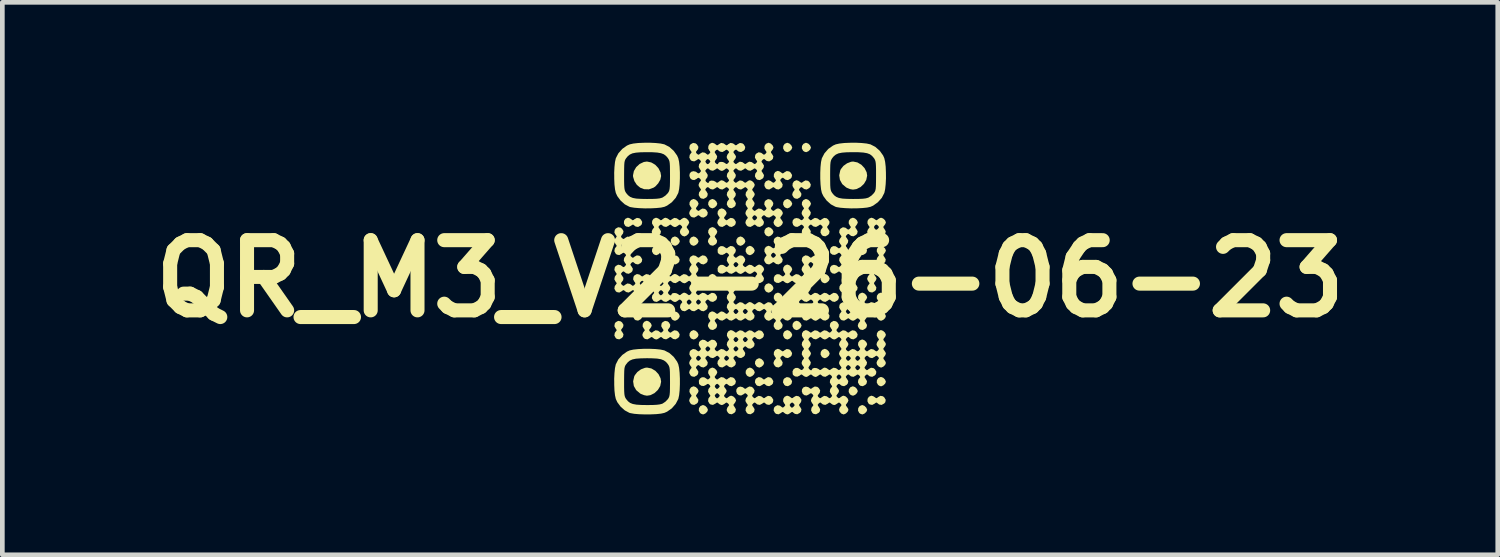
<source format=kicad_pcb>
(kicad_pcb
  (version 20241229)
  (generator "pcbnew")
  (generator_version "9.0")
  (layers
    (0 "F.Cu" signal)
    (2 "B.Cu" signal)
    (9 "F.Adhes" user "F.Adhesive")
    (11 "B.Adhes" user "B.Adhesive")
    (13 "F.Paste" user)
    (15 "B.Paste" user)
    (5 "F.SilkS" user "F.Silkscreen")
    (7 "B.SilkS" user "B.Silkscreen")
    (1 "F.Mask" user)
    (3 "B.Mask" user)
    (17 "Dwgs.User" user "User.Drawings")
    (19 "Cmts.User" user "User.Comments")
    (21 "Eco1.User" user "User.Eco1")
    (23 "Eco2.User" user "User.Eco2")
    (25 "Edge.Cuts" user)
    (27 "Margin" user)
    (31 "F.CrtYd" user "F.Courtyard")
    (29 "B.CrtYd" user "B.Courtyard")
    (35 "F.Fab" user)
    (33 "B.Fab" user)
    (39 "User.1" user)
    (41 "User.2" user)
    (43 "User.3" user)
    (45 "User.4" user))
  (footprint "QR_M3_V2-26-06-23"
    (layer "F.Cu")
    (at 12.979 2.904)
    (property "Reference" "QR_M3_V2-26-06-23" (at 0 0 0) (layer "F.SilkS") (effects (font (size 1.5 1.5) (thickness 0.3))))
    (attr board_only exclude_from_pos_files exclude_from_bom)
    (fp_poly (pts (xy 0.838 2.114) (xy 0.868 2.138) (xy 0.898 2.191) (xy 0.888 2.241) (xy 0.864 2.269) (xy 0.809 2.299) (xy 0.757 2.29) (xy 0.732 2.27) (xy 0.703 2.217) (xy 0.712 2.161) (xy 0.732 2.133) (xy 0.784 2.104)) (stroke (width 0) (type solid)) (fill yes) (layer "F.SilkS"))
    (fp_poly (pts (xy -2.159 -0.884) (xy -2.12 -0.845) (xy -2.102 -0.8) (xy -2.102 -0.797) (xy -2.118 -0.757) (xy -2.157 -0.72) (xy -2.201 -0.701) (xy -2.207 -0.701) (xy -2.246 -0.714) (xy -2.27 -0.732) (xy -2.297 -0.781) (xy -2.292 -0.835) (xy -2.263 -0.879) (xy -2.213 -0.9) (xy -2.203 -0.901)) (stroke (width 0) (type solid)) (fill yes) (layer "F.SilkS"))
    (fp_poly (pts (xy -1.959 -0.684) (xy -1.92 -0.645) (xy -1.902 -0.6) (xy -1.901 -0.597) (xy -1.918 -0.557) (xy -1.956 -0.52) (xy -2.001 -0.501) (xy -2.007 -0.5) (xy -2.046 -0.514) (xy -2.07 -0.532) (xy -2.096 -0.581) (xy -2.092 -0.634) (xy -2.063 -0.678) (xy -2.013 -0.7) (xy -2.003 -0.701)) (stroke (width 0) (type solid)) (fill yes) (layer "F.SilkS"))
    (fp_poly (pts (xy -1.559 -0.884) (xy -1.52 -0.845) (xy -1.501 -0.8) (xy -1.501 -0.797) (xy -1.518 -0.757) (xy -1.556 -0.72) (xy -1.6 -0.701) (xy -1.606 -0.701) (xy -1.646 -0.714) (xy -1.67 -0.732) (xy -1.696 -0.781) (xy -1.692 -0.835) (xy -1.663 -0.879) (xy -1.613 -0.9) (xy -1.603 -0.901)) (stroke (width 0) (type solid)) (fill yes) (layer "F.SilkS"))
    (fp_poly (pts (xy -1.559 0.717) (xy -1.52 0.756) (xy -1.501 0.801) (xy -1.501 0.804) (xy -1.518 0.844) (xy -1.556 0.881) (xy -1.6 0.9) (xy -1.606 0.901) (xy -1.646 0.887) (xy -1.67 0.869) (xy -1.696 0.82) (xy -1.692 0.767) (xy -1.663 0.723) (xy -1.613 0.701) (xy -1.603 0.701)) (stroke (width 0) (type solid)) (fill yes) (layer "F.SilkS"))
    (fp_poly (pts (xy -1.159 -0.884) (xy -1.119 -0.845) (xy -1.101 -0.8) (xy -1.101 -0.797) (xy -1.117 -0.757) (xy -1.156 -0.72) (xy -1.2 -0.701) (xy -1.206 -0.701) (xy -1.246 -0.714) (xy -1.27 -0.732) (xy -1.296 -0.781) (xy -1.292 -0.835) (xy -1.262 -0.879) (xy -1.213 -0.9) (xy -1.203 -0.901)) (stroke (width 0) (type solid)) (fill yes) (layer "F.SilkS"))
    (fp_poly (pts (xy -1.159 1.117) (xy -1.119 1.156) (xy -1.101 1.201) (xy -1.101 1.204) (xy -1.117 1.245) (xy -1.156 1.282) (xy -1.2 1.301) (xy -1.206 1.301) (xy -1.246 1.288) (xy -1.27 1.27) (xy -1.296 1.22) (xy -1.292 1.167) (xy -1.262 1.123) (xy -1.213 1.101) (xy -1.203 1.101)) (stroke (width 0) (type solid)) (fill yes) (layer "F.SilkS"))
    (fp_poly (pts (xy -0.958 2.719) (xy -0.919 2.758) (xy -0.901 2.802) (xy -0.901 2.806) (xy -0.917 2.846) (xy -0.956 2.883) (xy -1 2.902) (xy -1.006 2.902) (xy -1.045 2.889) (xy -1.069 2.871) (xy -1.096 2.821) (xy -1.092 2.768) (xy -1.062 2.724) (xy -1.013 2.703) (xy -1.002 2.702)) (stroke (width 0) (type solid)) (fill yes) (layer "F.SilkS"))
    (fp_poly (pts (xy -0.758 -1.685) (xy -0.719 -1.646) (xy -0.701 -1.601) (xy -0.701 -1.598) (xy -0.717 -1.558) (xy -0.755 -1.521) (xy -0.8 -1.502) (xy -0.806 -1.501) (xy -0.845 -1.515) (xy -0.869 -1.533) (xy -0.896 -1.582) (xy -0.891 -1.635) (xy -0.862 -1.679) (xy -0.812 -1.701) (xy -0.802 -1.701)) (stroke (width 0) (type solid)) (fill yes) (layer "F.SilkS"))
    (fp_poly (pts (xy -0.758 -0.084) (xy -0.719 -0.045) (xy -0.701 0.000256) (xy -0.701 0.003) (xy -0.717 0.044) (xy -0.755 0.081) (xy -0.8 0.1) (xy -0.806 0.1) (xy -0.845 0.087) (xy -0.869 0.069) (xy -0.896 0.019) (xy -0.891 -0.034) (xy -0.862 -0.078) (xy -0.812 -0.1) (xy -0.802 -0.1)) (stroke (width 0) (type solid)) (fill yes) (layer "F.SilkS"))
    (fp_poly (pts (xy -0.158 -0.884) (xy -0.119 -0.845) (xy -0.1 -0.8) (xy -0.1 -0.797) (xy -0.116 -0.757) (xy -0.155 -0.72) (xy -0.199 -0.701) (xy -0.205 -0.701) (xy -0.245 -0.714) (xy -0.269 -0.732) (xy -0.295 -0.781) (xy -0.291 -0.835) (xy -0.261 -0.879) (xy -0.212 -0.9) (xy -0.202 -0.901)) (stroke (width 0) (type solid)) (fill yes) (layer "F.SilkS"))
    (fp_poly (pts (xy 0.042 -0.684) (xy 0.081 -0.645) (xy 0.1 -0.6) (xy 0.1 -0.597) (xy 0.084 -0.557) (xy 0.045 -0.52) (xy 0.001 -0.501) (xy -0.005 -0.5) (xy -0.045 -0.514) (xy -0.069 -0.532) (xy -0.095 -0.581) (xy -0.091 -0.634) (xy -0.061 -0.678) (xy -0.012 -0.7) (xy -0.002 -0.701)) (stroke (width 0) (type solid)) (fill yes) (layer "F.SilkS"))
    (fp_poly (pts (xy 0.042 1.918) (xy 0.081 1.957) (xy 0.1 2.002) (xy 0.1 2.005) (xy 0.084 2.045) (xy 0.045 2.082) (xy 0.001 2.101) (xy -0.005 2.102) (xy -0.045 2.088) (xy -0.069 2.07) (xy -0.095 2.021) (xy -0.091 1.968) (xy -0.061 1.924) (xy -0.012 1.902) (xy -0.002 1.901)) (stroke (width 0) (type solid)) (fill yes) (layer "F.SilkS"))
    (fp_poly (pts (xy 0.242 1.718) (xy 0.282 1.757) (xy 0.3 1.802) (xy 0.3 1.805) (xy 0.284 1.845) (xy 0.245 1.882) (xy 0.201 1.901) (xy 0.195 1.901) (xy 0.156 1.888) (xy 0.132 1.87) (xy 0.105 1.821) (xy 0.109 1.767) (xy 0.139 1.724) (xy 0.188 1.702) (xy 0.198 1.701)) (stroke (width 0) (type solid)) (fill yes) (layer "F.SilkS"))
    (fp_poly (pts (xy 0.443 -1.084) (xy 0.482 -1.045) (xy 0.5 -1.001) (xy 0.5 -0.997) (xy 0.484 -0.957) (xy 0.446 -0.92) (xy 0.401 -0.901) (xy 0.395 -0.901) (xy 0.356 -0.914) (xy 0.332 -0.932) (xy 0.305 -0.982) (xy 0.31 -1.035) (xy 0.339 -1.079) (xy 0.389 -1.1) (xy 0.399 -1.101)) (stroke (width 0) (type solid)) (fill yes) (layer "F.SilkS"))
    (fp_poly (pts (xy 0.443 0.117) (xy 0.482 0.155) (xy 0.5 0.2) (xy 0.5 0.204) (xy 0.484 0.244) (xy 0.446 0.281) (xy 0.401 0.3) (xy 0.395 0.3) (xy 0.356 0.287) (xy 0.332 0.269) (xy 0.305 0.219) (xy 0.31 0.166) (xy 0.339 0.122) (xy 0.389 0.101) (xy 0.399 0.1)) (stroke (width 0) (type solid)) (fill yes) (layer "F.SilkS"))
    (fp_poly (pts (xy 0.643 0.317) (xy 0.682 0.356) (xy 0.7 0.401) (xy 0.701 0.404) (xy 0.684 0.444) (xy 0.646 0.481) (xy 0.601 0.5) (xy 0.595 0.5) (xy 0.556 0.487) (xy 0.532 0.469) (xy 0.506 0.42) (xy 0.51 0.366) (xy 0.539 0.322) (xy 0.589 0.301) (xy 0.599 0.3)) (stroke (width 0) (type solid)) (fill yes) (layer "F.SilkS"))
    (fp_poly (pts (xy 0.843 -2.886) (xy 0.882 -2.847) (xy 0.901 -2.802) (xy 0.901 -2.799) (xy 0.884 -2.759) (xy 0.846 -2.722) (xy 0.802 -2.703) (xy 0.795 -2.702) (xy 0.756 -2.715) (xy 0.732 -2.734) (xy 0.706 -2.783) (xy 0.71 -2.836) (xy 0.739 -2.88) (xy 0.789 -2.902) (xy 0.799 -2.902)) (stroke (width 0) (type solid)) (fill yes) (layer "F.SilkS"))
    (fp_poly (pts (xy 0.843 -1.685) (xy 0.882 -1.646) (xy 0.901 -1.601) (xy 0.901 -1.598) (xy 0.884 -1.558) (xy 0.846 -1.521) (xy 0.802 -1.502) (xy 0.795 -1.501) (xy 0.756 -1.515) (xy 0.732 -1.533) (xy 0.706 -1.582) (xy 0.71 -1.635) (xy 0.739 -1.679) (xy 0.789 -1.701) (xy 0.799 -1.701)) (stroke (width 0) (type solid)) (fill yes) (layer "F.SilkS"))
    (fp_poly (pts (xy 0.843 1.117) (xy 0.882 1.156) (xy 0.901 1.201) (xy 0.901 1.204) (xy 0.884 1.245) (xy 0.846 1.282) (xy 0.802 1.301) (xy 0.795 1.301) (xy 0.756 1.288) (xy 0.732 1.27) (xy 0.706 1.22) (xy 0.71 1.167) (xy 0.739 1.123) (xy 0.789 1.101) (xy 0.799 1.101)) (stroke (width 0) (type solid)) (fill yes) (layer "F.SilkS"))
    (fp_poly (pts (xy 1.043 0.917) (xy 1.082 0.956) (xy 1.101 1.001) (xy 1.101 1.004) (xy 1.084 1.044) (xy 1.046 1.081) (xy 1.002 1.1) (xy 0.996 1.101) (xy 0.956 1.088) (xy 0.932 1.069) (xy 0.906 1.02) (xy 0.91 0.967) (xy 0.939 0.923) (xy 0.989 0.901) (xy 0.999 0.901)) (stroke (width 0) (type solid)) (fill yes) (layer "F.SilkS"))
    (fp_poly (pts (xy 1.243 -2.886) (xy 1.282 -2.847) (xy 1.301 -2.802) (xy 1.301 -2.799) (xy 1.285 -2.759) (xy 1.246 -2.722) (xy 1.202 -2.703) (xy 1.196 -2.702) (xy 1.156 -2.715) (xy 1.132 -2.734) (xy 1.106 -2.783) (xy 1.11 -2.836) (xy 1.14 -2.88) (xy 1.189 -2.902) (xy 1.199 -2.902)) (stroke (width 0) (type solid)) (fill yes) (layer "F.SilkS"))
    (fp_poly (pts (xy 1.644 -0.084) (xy 1.683 -0.045) (xy 1.701 0.000256) (xy 1.701 0.003) (xy 1.685 0.044) (xy 1.646 0.081) (xy 1.602 0.1) (xy 1.596 0.1) (xy 1.557 0.087) (xy 1.533 0.069) (xy 1.506 0.019) (xy 1.511 -0.034) (xy 1.54 -0.078) (xy 1.59 -0.1) (xy 1.6 -0.1)) (stroke (width 0) (type solid)) (fill yes) (layer "F.SilkS"))
    (fp_poly (pts (xy 1.644 1.518) (xy 1.683 1.557) (xy 1.701 1.602) (xy 1.701 1.605) (xy 1.685 1.645) (xy 1.646 1.682) (xy 1.602 1.701) (xy 1.596 1.701) (xy 1.557 1.688) (xy 1.533 1.67) (xy 1.506 1.62) (xy 1.511 1.567) (xy 1.54 1.523) (xy 1.59 1.502) (xy 1.6 1.501)) (stroke (width 0) (type solid)) (fill yes) (layer "F.SilkS"))
    (fp_poly (pts (xy 2.244 2.318) (xy 2.283 2.357) (xy 2.302 2.402) (xy 2.302 2.405) (xy 2.285 2.445) (xy 2.247 2.483) (xy 2.203 2.502) (xy 2.197 2.502) (xy 2.157 2.489) (xy 2.133 2.471) (xy 2.107 2.421) (xy 2.111 2.368) (xy 2.14 2.324) (xy 2.19 2.302) (xy 2.2 2.302)) (stroke (width 0) (type solid)) (fill yes) (layer "F.SilkS"))
    (fp_poly (pts (xy 2.444 2.719) (xy 2.483 2.758) (xy 2.502 2.802) (xy 2.502 2.806) (xy 2.486 2.846) (xy 2.447 2.883) (xy 2.403 2.902) (xy 2.397 2.902) (xy 2.357 2.889) (xy 2.333 2.871) (xy 2.307 2.821) (xy 2.311 2.768) (xy 2.341 2.724) (xy 2.39 2.703) (xy 2.4 2.702)) (stroke (width 0) (type solid)) (fill yes) (layer "F.SilkS"))
    (fp_poly (pts (xy 2.845 2.118) (xy 2.884 2.157) (xy 2.902 2.202) (xy 2.902 2.205) (xy 2.886 2.245) (xy 2.847 2.282) (xy 2.803 2.301) (xy 2.797 2.302) (xy 2.758 2.288) (xy 2.734 2.27) (xy 2.707 2.221) (xy 2.711 2.168) (xy 2.741 2.124) (xy 2.79 2.102) (xy 2.801 2.102)) (stroke (width 0) (type solid)) (fill yes) (layer "F.SilkS"))
    (fp_poly (pts (xy -2.113 -2.483) (xy -2.028 -2.434) (xy -1.959 -2.361) (xy -1.915 -2.273) (xy -1.901 -2.193) (xy -1.918 -2.115) (xy -1.963 -2.036) (xy -2.025 -1.969) (xy -2.062 -1.944) (xy -2.162 -1.908) (xy -2.264 -1.911) (xy -2.347 -1.943) (xy -2.418 -2.001) (xy -2.472 -2.083) (xy -2.5 -2.176) (xy -2.502 -2.206) (xy -2.483 -2.299) (xy -2.433 -2.383) (xy -2.36 -2.45) (xy -2.271 -2.492) (xy -2.204 -2.502)) (stroke (width 0) (type solid)) (fill yes) (layer "F.SilkS"))
    (fp_poly (pts (xy -2.109 1.92) (xy -2.024 1.97) (xy -1.956 2.043) (xy -1.913 2.13) (xy -1.901 2.202) (xy -1.92 2.295) (xy -1.97 2.379) (xy -2.044 2.448) (xy -2.132 2.491) (xy -2.204 2.502) (xy -2.264 2.491) (xy -2.332 2.465) (xy -2.35 2.454) (xy -2.434 2.383) (xy -2.484 2.295) (xy -2.499 2.195) (xy -2.476 2.092) (xy -2.464 2.066) (xy -2.41 1.996) (xy -2.332 1.939) (xy -2.245 1.906) (xy -2.202 1.901)) (stroke (width 0) (type solid)) (fill yes) (layer "F.SilkS"))
    (fp_poly (pts (xy 2.294 -2.483) (xy 2.379 -2.433) (xy 2.447 -2.36) (xy 2.491 -2.273) (xy 2.502 -2.202) (xy 2.483 -2.109) (xy 2.433 -2.024) (xy 2.36 -1.956) (xy 2.272 -1.913) (xy 2.199 -1.902) (xy 2.139 -1.912) (xy 2.072 -1.939) (xy 2.053 -1.949) (xy 1.97 -2.02) (xy 1.92 -2.109) (xy 1.905 -2.208) (xy 1.927 -2.311) (xy 1.939 -2.338) (xy 1.994 -2.408) (xy 2.072 -2.464) (xy 2.158 -2.497) (xy 2.202 -2.502)) (stroke (width 0) (type solid)) (fill yes) (layer "F.SilkS"))
    (fp_poly (pts (xy -2.765 0.913) (xy -2.735 0.937) (xy -2.705 0.988) (xy -2.714 1.036) (xy -2.735 1.064) (xy -2.757 1.095) (xy -2.75 1.12) (xy -2.735 1.137) (xy -2.705 1.19) (xy -2.715 1.24) (xy -2.739 1.268) (xy -2.794 1.298) (xy -2.846 1.289) (xy -2.871 1.27) (xy -2.9 1.217) (xy -2.891 1.16) (xy -2.871 1.132) (xy -2.85 1.105) (xy -2.86 1.081) (xy -2.871 1.069) (xy -2.9 1.017) (xy -2.891 0.96) (xy -2.871 0.932) (xy -2.819 0.903)) (stroke (width 0) (type solid)) (fill yes) (layer "F.SilkS"))
    (fp_poly (pts (xy 0.237 2.115) (xy 0.263 2.134) (xy 0.293 2.156) (xy 0.316 2.148) (xy 0.331 2.134) (xy 0.383 2.104) (xy 0.437 2.114) (xy 0.467 2.138) (xy 0.497 2.191) (xy 0.488 2.241) (xy 0.464 2.269) (xy 0.409 2.299) (xy 0.356 2.289) (xy 0.331 2.269) (xy 0.303 2.248) (xy 0.279 2.256) (xy 0.263 2.269) (xy 0.208 2.299) (xy 0.155 2.289) (xy 0.132 2.27) (xy 0.103 2.217) (xy 0.111 2.161) (xy 0.132 2.133) (xy 0.183 2.104)) (stroke (width 0) (type solid)) (fill yes) (layer "F.SilkS"))
    (fp_poly (pts (xy -2.568 -1.288) (xy -2.539 -1.269) (xy -2.51 -1.247) (xy -2.486 -1.255) (xy -2.471 -1.269) (xy -2.419 -1.298) (xy -2.365 -1.289) (xy -2.335 -1.264) (xy -2.305 -1.212) (xy -2.314 -1.162) (xy -2.338 -1.134) (xy -2.393 -1.104) (xy -2.446 -1.113) (xy -2.471 -1.133) (xy -2.499 -1.155) (xy -2.523 -1.147) (xy -2.539 -1.133) (xy -2.594 -1.104) (xy -2.647 -1.114) (xy -2.671 -1.132) (xy -2.696 -1.181) (xy -2.693 -1.234) (xy -2.665 -1.278) (xy -2.618 -1.3) (xy -2.607 -1.301)) (stroke (width 0) (type solid)) (fill yes) (layer "F.SilkS"))
    (fp_poly (pts (xy -1.767 -0.488) (xy -1.739 -0.468) (xy -1.709 -0.447) (xy -1.685 -0.454) (xy -1.671 -0.468) (xy -1.619 -0.498) (xy -1.565 -0.488) (xy -1.534 -0.464) (xy -1.504 -0.411) (xy -1.514 -0.361) (xy -1.538 -0.333) (xy -1.593 -0.303) (xy -1.645 -0.313) (xy -1.671 -0.333) (xy -1.698 -0.354) (xy -1.723 -0.346) (xy -1.739 -0.333) (xy -1.793 -0.303) (xy -1.846 -0.313) (xy -1.87 -0.332) (xy -1.896 -0.38) (xy -1.892 -0.433) (xy -1.864 -0.478) (xy -1.817 -0.5) (xy -1.807 -0.5)) (stroke (width 0) (type solid)) (fill yes) (layer "F.SilkS"))
    (fp_poly (pts (xy 2.036 0.113) (xy 2.064 0.132) (xy 2.094 0.154) (xy 2.118 0.146) (xy 2.132 0.132) (xy 2.184 0.103) (xy 2.238 0.112) (xy 2.269 0.137) (xy 2.299 0.19) (xy 2.289 0.239) (xy 2.265 0.267) (xy 2.21 0.297) (xy 2.158 0.288) (xy 2.132 0.268) (xy 2.105 0.246) (xy 2.08 0.254) (xy 2.064 0.268) (xy 2.01 0.298) (xy 1.957 0.288) (xy 1.933 0.269) (xy 1.907 0.22) (xy 1.911 0.167) (xy 1.939 0.123) (xy 1.986 0.101) (xy 1.996 0.1)) (stroke (width 0) (type solid)) (fill yes) (layer "F.SilkS"))
    (fp_poly (pts (xy 2.636 2.515) (xy 2.665 2.534) (xy 2.695 2.556) (xy 2.718 2.548) (xy 2.733 2.534) (xy 2.785 2.505) (xy 2.839 2.514) (xy 2.869 2.539) (xy 2.899 2.591) (xy 2.89 2.641) (xy 2.866 2.669) (xy 2.811 2.699) (xy 2.758 2.69) (xy 2.733 2.67) (xy 2.705 2.648) (xy 2.681 2.656) (xy 2.665 2.67) (xy 2.61 2.699) (xy 2.557 2.689) (xy 2.533 2.671) (xy 2.508 2.622) (xy 2.511 2.569) (xy 2.539 2.525) (xy 2.586 2.503) (xy 2.597 2.502)) (stroke (width 0) (type solid)) (fill yes) (layer "F.SilkS"))
    (fp_poly (pts (xy -1.16 2.318) (xy -1.12 2.355) (xy -1.101 2.398) (xy -1.101 2.402) (xy -1.113 2.437) (xy -1.134 2.465) (xy -1.156 2.496) (xy -1.149 2.521) (xy -1.134 2.539) (xy -1.104 2.591) (xy -1.113 2.641) (xy -1.137 2.669) (xy -1.192 2.699) (xy -1.245 2.69) (xy -1.27 2.671) (xy -1.295 2.629) (xy -1.301 2.602) (xy -1.287 2.558) (xy -1.27 2.533) (xy -1.249 2.506) (xy -1.259 2.482) (xy -1.27 2.471) (xy -1.296 2.421) (xy -1.292 2.368) (xy -1.262 2.324) (xy -1.213 2.302) (xy -1.203 2.302)) (stroke (width 0) (type solid)) (fill yes) (layer "F.SilkS"))
    (fp_poly (pts (xy -0.759 -1.085) (xy -0.72 -1.048) (xy -0.701 -1.005) (xy -0.701 -1.001) (xy -0.713 -0.966) (xy -0.734 -0.937) (xy -0.756 -0.907) (xy -0.749 -0.882) (xy -0.734 -0.864) (xy -0.704 -0.811) (xy -0.713 -0.762) (xy -0.737 -0.734) (xy -0.792 -0.703) (xy -0.845 -0.713) (xy -0.869 -0.732) (xy -0.895 -0.774) (xy -0.901 -0.801) (xy -0.887 -0.845) (xy -0.869 -0.869) (xy -0.848 -0.897) (xy -0.859 -0.921) (xy -0.869 -0.932) (xy -0.896 -0.982) (xy -0.891 -1.035) (xy -0.862 -1.079) (xy -0.812 -1.1) (xy -0.802 -1.101)) (stroke (width 0) (type solid)) (fill yes) (layer "F.SilkS"))
    (fp_poly (pts (xy 2.443 -0.885) (xy 2.482 -0.847) (xy 2.502 -0.805) (xy 2.502 -0.801) (xy 2.489 -0.766) (xy 2.469 -0.737) (xy 2.447 -0.707) (xy 2.454 -0.682) (xy 2.469 -0.664) (xy 2.499 -0.611) (xy 2.489 -0.562) (xy 2.465 -0.534) (xy 2.41 -0.503) (xy 2.358 -0.513) (xy 2.333 -0.532) (xy 2.307 -0.574) (xy 2.302 -0.6) (xy 2.315 -0.645) (xy 2.333 -0.669) (xy 2.354 -0.697) (xy 2.344 -0.721) (xy 2.333 -0.732) (xy 2.307 -0.781) (xy 2.311 -0.835) (xy 2.341 -0.879) (xy 2.39 -0.9) (xy 2.4 -0.901)) (stroke (width 0) (type solid)) (fill yes) (layer "F.SilkS"))
    (fp_poly (pts (xy 2.843 -0.685) (xy 2.883 -0.647) (xy 2.902 -0.605) (xy 2.902 -0.6) (xy 2.89 -0.566) (xy 2.869 -0.537) (xy 2.847 -0.506) (xy 2.854 -0.482) (xy 2.869 -0.464) (xy 2.899 -0.411) (xy 2.89 -0.361) (xy 2.866 -0.333) (xy 2.811 -0.303) (xy 2.758 -0.313) (xy 2.734 -0.332) (xy 2.708 -0.374) (xy 2.702 -0.4) (xy 2.716 -0.444) (xy 2.734 -0.469) (xy 2.755 -0.497) (xy 2.744 -0.521) (xy 2.734 -0.532) (xy 2.707 -0.581) (xy 2.711 -0.634) (xy 2.741 -0.678) (xy 2.79 -0.7) (xy 2.801 -0.701)) (stroke (width 0) (type solid)) (fill yes) (layer "F.SilkS"))
    (fp_poly (pts (xy 0.635 1.514) (xy 0.663 1.534) (xy 0.693 1.555) (xy 0.717 1.547) (xy 0.731 1.534) (xy 0.783 1.504) (xy 0.837 1.513) (xy 0.868 1.538) (xy 0.898 1.591) (xy 0.888 1.64) (xy 0.864 1.668) (xy 0.809 1.698) (xy 0.757 1.689) (xy 0.731 1.668) (xy 0.702 1.646) (xy 0.679 1.655) (xy 0.665 1.668) (xy 0.644 1.695) (xy 0.652 1.719) (xy 0.667 1.737) (xy 0.697 1.79) (xy 0.688 1.84) (xy 0.664 1.868) (xy 0.609 1.899) (xy 0.556 1.889) (xy 0.532 1.87) (xy 0.506 1.828) (xy 0.5 1.801) (xy 0.514 1.757) (xy 0.532 1.733) (xy 0.553 1.705) (xy 0.543 1.681) (xy 0.532 1.67) (xy 0.506 1.621) (xy 0.51 1.568) (xy 0.538 1.524) (xy 0.585 1.502) (xy 0.595 1.501)) (stroke (width 0) (type solid)) (fill yes) (layer "F.SilkS"))
    (fp_poly (pts (xy 1.035 -2.089) (xy 1.063 -2.069) (xy 1.093 -2.048) (xy 1.117 -2.056) (xy 1.131 -2.069) (xy 1.184 -2.099) (xy 1.238 -2.09) (xy 1.268 -2.065) (xy 1.298 -2.012) (xy 1.288 -1.963) (xy 1.264 -1.935) (xy 1.21 -1.904) (xy 1.157 -1.914) (xy 1.131 -1.934) (xy 1.103 -1.956) (xy 1.079 -1.948) (xy 1.066 -1.935) (xy 1.045 -1.908) (xy 1.052 -1.883) (xy 1.067 -1.866) (xy 1.098 -1.812) (xy 1.089 -1.763) (xy 1.064 -1.734) (xy 1.009 -1.704) (xy 0.957 -1.714) (xy 0.932 -1.733) (xy 0.906 -1.775) (xy 0.901 -1.801) (xy 0.914 -1.845) (xy 0.932 -1.87) (xy 0.953 -1.898) (xy 0.943 -1.922) (xy 0.932 -1.933) (xy 0.906 -1.982) (xy 0.91 -2.035) (xy 0.938 -2.079) (xy 0.985 -2.101) (xy 0.996 -2.102)) (stroke (width 0) (type solid)) (fill yes) (layer "F.SilkS"))
    (fp_poly (pts (xy -1.16 -1.685) (xy -1.12 -1.648) (xy -1.101 -1.605) (xy -1.101 -1.601) (xy -1.113 -1.567) (xy -1.135 -1.537) (xy -1.157 -1.507) (xy -1.15 -1.483) (xy -1.136 -1.468) (xy -1.108 -1.446) (xy -1.085 -1.455) (xy -1.071 -1.468) (xy -1.018 -1.498) (xy -0.964 -1.489) (xy -0.934 -1.465) (xy -0.904 -1.412) (xy -0.913 -1.362) (xy -0.937 -1.334) (xy -0.992 -1.304) (xy -1.045 -1.313) (xy -1.07 -1.333) (xy -1.098 -1.355) (xy -1.122 -1.347) (xy -1.138 -1.333) (xy -1.193 -1.304) (xy -1.246 -1.314) (xy -1.27 -1.332) (xy -1.295 -1.374) (xy -1.301 -1.401) (xy -1.287 -1.445) (xy -1.27 -1.47) (xy -1.249 -1.497) (xy -1.259 -1.521) (xy -1.27 -1.533) (xy -1.296 -1.582) (xy -1.292 -1.635) (xy -1.262 -1.679) (xy -1.213 -1.701) (xy -1.203 -1.701)) (stroke (width 0) (type solid)) (fill yes) (layer "F.SilkS"))
    (fp_poly (pts (xy -0.559 -1.485) (xy -0.52 -1.448) (xy -0.501 -1.405) (xy -0.5 -1.401) (xy -0.513 -1.366) (xy -0.534 -1.337) (xy -0.556 -1.306) (xy -0.55 -1.283) (xy -0.536 -1.268) (xy -0.508 -1.246) (xy -0.484 -1.255) (xy -0.47 -1.268) (xy -0.418 -1.298) (xy -0.364 -1.289) (xy -0.333 -1.264) (xy -0.303 -1.212) (xy -0.313 -1.162) (xy -0.337 -1.134) (xy -0.392 -1.104) (xy -0.444 -1.113) (xy -0.47 -1.133) (xy -0.497 -1.155) (xy -0.522 -1.147) (xy -0.538 -1.133) (xy -0.592 -1.104) (xy -0.645 -1.114) (xy -0.669 -1.132) (xy -0.695 -1.174) (xy -0.701 -1.201) (xy -0.687 -1.245) (xy -0.669 -1.27) (xy -0.648 -1.297) (xy -0.658 -1.321) (xy -0.669 -1.332) (xy -0.695 -1.382) (xy -0.691 -1.435) (xy -0.662 -1.479) (xy -0.612 -1.501) (xy -0.602 -1.501)) (stroke (width 0) (type solid)) (fill yes) (layer "F.SilkS"))
    (fp_poly (pts (xy 0.635 -2.289) (xy 0.663 -2.269) (xy 0.693 -2.248) (xy 0.717 -2.256) (xy 0.731 -2.269) (xy 0.783 -2.299) (xy 0.837 -2.29) (xy 0.868 -2.265) (xy 0.898 -2.212) (xy 0.888 -2.163) (xy 0.864 -2.135) (xy 0.809 -2.105) (xy 0.757 -2.114) (xy 0.731 -2.135) (xy 0.702 -2.157) (xy 0.679 -2.148) (xy 0.665 -2.135) (xy 0.644 -2.108) (xy 0.652 -2.083) (xy 0.667 -2.066) (xy 0.697 -2.013) (xy 0.688 -1.963) (xy 0.664 -1.935) (xy 0.609 -1.904) (xy 0.556 -1.914) (xy 0.531 -1.934) (xy 0.503 -1.955) (xy 0.479 -1.947) (xy 0.463 -1.934) (xy 0.408 -1.904) (xy 0.356 -1.914) (xy 0.332 -1.933) (xy 0.306 -1.982) (xy 0.309 -2.035) (xy 0.337 -2.079) (xy 0.385 -2.101) (xy 0.395 -2.102) (xy 0.435 -2.089) (xy 0.463 -2.069) (xy 0.493 -2.048) (xy 0.516 -2.056) (xy 0.531 -2.069) (xy 0.553 -2.097) (xy 0.543 -2.121) (xy 0.532 -2.133) (xy 0.506 -2.182) (xy 0.51 -2.235) (xy 0.538 -2.279) (xy 0.585 -2.301) (xy 0.595 -2.302)) (stroke (width 0) (type solid)) (fill yes) (layer "F.SilkS"))
    (fp_poly (pts (xy 2.843 -1.285) (xy 2.883 -1.248) (xy 2.902 -1.205) (xy 2.902 -1.201) (xy 2.89 -1.166) (xy 2.869 -1.137) (xy 2.847 -1.107) (xy 2.854 -1.082) (xy 2.869 -1.064) (xy 2.899 -1.011) (xy 2.89 -0.962) (xy 2.866 -0.934) (xy 2.811 -0.904) (xy 2.758 -0.913) (xy 2.733 -0.933) (xy 2.705 -0.955) (xy 2.681 -0.947) (xy 2.665 -0.933) (xy 2.61 -0.903) (xy 2.557 -0.913) (xy 2.533 -0.932) (xy 2.508 -0.974) (xy 2.502 -1.001) (xy 2.516 -1.045) (xy 2.533 -1.069) (xy 2.554 -1.097) (xy 2.551 -1.104) (xy 2.647 -1.104) (xy 2.658 -1.075) (xy 2.661 -1.072) (xy 2.688 -1.045) (xy 2.711 -1.049) (xy 2.735 -1.071) (xy 2.754 -1.098) (xy 2.743 -1.122) (xy 2.732 -1.134) (xy 2.704 -1.156) (xy 2.68 -1.147) (xy 2.667 -1.135) (xy 2.647 -1.104) (xy 2.551 -1.104) (xy 2.544 -1.121) (xy 2.533 -1.132) (xy 2.508 -1.181) (xy 2.511 -1.234) (xy 2.539 -1.278) (xy 2.586 -1.3) (xy 2.597 -1.301) (xy 2.636 -1.288) (xy 2.665 -1.269) (xy 2.695 -1.247) (xy 2.718 -1.255) (xy 2.733 -1.269) (xy 2.774 -1.295) (xy 2.801 -1.301)) (stroke (width 0) (type solid)) (fill yes) (layer "F.SilkS"))
    (fp_poly (pts (xy 0.835 2.515) (xy 0.863 2.534) (xy 0.893 2.556) (xy 0.917 2.548) (xy 0.931 2.534) (xy 0.984 2.505) (xy 1.037 2.514) (xy 1.068 2.539) (xy 1.098 2.589) (xy 1.089 2.637) (xy 1.068 2.666) (xy 1.046 2.696) (xy 1.053 2.721) (xy 1.068 2.739) (xy 1.098 2.792) (xy 1.088 2.841) (xy 1.064 2.869) (xy 1.009 2.899) (xy 0.957 2.89) (xy 0.931 2.87) (xy 0.904 2.848) (xy 0.879 2.856) (xy 0.863 2.87) (xy 0.822 2.896) (xy 0.795 2.902) (xy 0.756 2.889) (xy 0.731 2.87) (xy 0.703 2.848) (xy 0.679 2.856) (xy 0.663 2.87) (xy 0.608 2.9) (xy 0.556 2.89) (xy 0.532 2.871) (xy 0.503 2.818) (xy 0.511 2.762) (xy 0.532 2.734) (xy 0.583 2.705) (xy 0.637 2.715) (xy 0.663 2.734) (xy 0.693 2.756) (xy 0.717 2.748) (xy 0.731 2.734) (xy 0.753 2.706) (xy 0.75 2.699) (xy 0.845 2.699) (xy 0.857 2.728) (xy 0.86 2.731) (xy 0.887 2.758) (xy 0.909 2.754) (xy 0.934 2.732) (xy 0.953 2.705) (xy 0.942 2.681) (xy 0.931 2.669) (xy 0.903 2.647) (xy 0.879 2.656) (xy 0.866 2.668) (xy 0.845 2.699) (xy 0.75 2.699) (xy 0.743 2.683) (xy 0.732 2.671) (xy 0.706 2.622) (xy 0.71 2.569) (xy 0.738 2.525) (xy 0.785 2.503) (xy 0.795 2.502)) (stroke (width 0) (type solid)) (fill yes) (layer "F.SilkS"))
    (fp_poly (pts (xy 0.037 2.314) (xy 0.067 2.338) (xy 0.097 2.388) (xy 0.088 2.436) (xy 0.066 2.466) (xy 0.044 2.497) (xy 0.051 2.52) (xy 0.065 2.535) (xy 0.093 2.557) (xy 0.116 2.548) (xy 0.13 2.535) (xy 0.182 2.505) (xy 0.236 2.515) (xy 0.263 2.534) (xy 0.293 2.556) (xy 0.316 2.548) (xy 0.331 2.534) (xy 0.383 2.505) (xy 0.437 2.514) (xy 0.467 2.539) (xy 0.497 2.591) (xy 0.488 2.641) (xy 0.464 2.669) (xy 0.409 2.699) (xy 0.356 2.69) (xy 0.331 2.67) (xy 0.303 2.648) (xy 0.279 2.656) (xy 0.263 2.67) (xy 0.208 2.699) (xy 0.155 2.689) (xy 0.13 2.669) (xy 0.102 2.647) (xy 0.079 2.656) (xy 0.065 2.669) (xy 0.044 2.696) (xy 0.051 2.72) (xy 0.066 2.738) (xy 0.097 2.791) (xy 0.088 2.841) (xy 0.063 2.869) (xy 0.009 2.899) (xy -0.044 2.89) (xy -0.069 2.871) (xy -0.097 2.818) (xy -0.089 2.762) (xy -0.069 2.734) (xy -0.048 2.706) (xy -0.058 2.682) (xy -0.069 2.671) (xy -0.094 2.629) (xy -0.1 2.602) (xy -0.087 2.558) (xy -0.069 2.533) (xy -0.048 2.506) (xy -0.058 2.482) (xy -0.07 2.47) (xy -0.097 2.449) (xy -0.121 2.456) (xy -0.14 2.472) (xy -0.191 2.498) (xy -0.24 2.491) (xy -0.279 2.459) (xy -0.296 2.408) (xy -0.29 2.362) (xy -0.26 2.323) (xy -0.211 2.307) (xy -0.159 2.319) (xy -0.14 2.332) (xy -0.109 2.355) (xy -0.086 2.349) (xy -0.07 2.334) (xy -0.017 2.305)) (stroke (width 0) (type solid)) (fill yes) (layer "F.SilkS"))
    (fp_poly (pts (xy -2.161 0.917) (xy -2.121 0.954) (xy -2.102 0.997) (xy -2.102 1.001) (xy -2.114 1.035) (xy -2.135 1.065) (xy -2.158 1.095) (xy -2.151 1.119) (xy -2.137 1.134) (xy -2.109 1.156) (xy -2.085 1.147) (xy -2.072 1.134) (xy -2.02 1.104) (xy -1.966 1.113) (xy -1.939 1.133) (xy -1.909 1.155) (xy -1.885 1.147) (xy -1.871 1.133) (xy -1.849 1.105) (xy -1.859 1.081) (xy -1.87 1.069) (xy -1.899 1.017) (xy -1.891 0.96) (xy -1.87 0.932) (xy -1.818 0.903) (xy -1.764 0.913) (xy -1.734 0.937) (xy -1.705 0.987) (xy -1.713 1.035) (xy -1.735 1.065) (xy -1.757 1.095) (xy -1.751 1.119) (xy -1.736 1.134) (xy -1.709 1.156) (xy -1.685 1.147) (xy -1.671 1.134) (xy -1.619 1.104) (xy -1.565 1.113) (xy -1.534 1.137) (xy -1.504 1.19) (xy -1.514 1.24) (xy -1.538 1.268) (xy -1.593 1.298) (xy -1.645 1.289) (xy -1.671 1.269) (xy -1.698 1.247) (xy -1.723 1.255) (xy -1.739 1.269) (xy -1.793 1.298) (xy -1.846 1.288) (xy -1.871 1.269) (xy -1.899 1.247) (xy -1.923 1.255) (xy -1.939 1.269) (xy -1.98 1.294) (xy -2.007 1.301) (xy -2.046 1.288) (xy -2.071 1.269) (xy -2.099 1.247) (xy -2.123 1.255) (xy -2.139 1.269) (xy -2.194 1.298) (xy -2.246 1.288) (xy -2.27 1.27) (xy -2.296 1.228) (xy -2.302 1.201) (xy -2.288 1.157) (xy -2.27 1.132) (xy -2.249 1.105) (xy -2.26 1.081) (xy -2.27 1.069) (xy -2.297 1.02) (xy -2.292 0.967) (xy -2.263 0.923) (xy -2.213 0.901) (xy -2.203 0.901)) (stroke (width 0) (type solid)) (fill yes) (layer "F.SilkS"))
    (fp_poly (pts (xy -1.36 -1.285) (xy -1.321 -1.248) (xy -1.301 -1.205) (xy -1.301 -1.201) (xy -1.314 -1.166) (xy -1.334 -1.137) (xy -1.356 -1.107) (xy -1.349 -1.082) (xy -1.334 -1.064) (xy -1.308 -1.024) (xy -1.301 -0.997) (xy -1.317 -0.957) (xy -1.356 -0.92) (xy -1.4 -0.901) (xy -1.406 -0.901) (xy -1.452 -0.918) (xy -1.489 -0.959) (xy -1.501 -1.001) (xy -1.488 -1.045) (xy -1.47 -1.069) (xy -1.449 -1.097) (xy -1.459 -1.121) (xy -1.471 -1.133) (xy -1.498 -1.155) (xy -1.523 -1.147) (xy -1.539 -1.133) (xy -1.58 -1.108) (xy -1.606 -1.101) (xy -1.646 -1.114) (xy -1.671 -1.133) (xy -1.698 -1.155) (xy -1.723 -1.147) (xy -1.739 -1.133) (xy -1.793 -1.104) (xy -1.846 -1.114) (xy -1.871 -1.134) (xy -1.9 -1.156) (xy -1.923 -1.147) (xy -1.937 -1.134) (xy -1.958 -1.107) (xy -1.95 -1.083) (xy -1.935 -1.065) (xy -1.905 -1.012) (xy -1.914 -0.962) (xy -1.938 -0.934) (xy -1.993 -0.904) (xy -2.046 -0.913) (xy -2.07 -0.932) (xy -2.096 -0.974) (xy -2.102 -1.001) (xy -2.088 -1.045) (xy -2.07 -1.069) (xy -2.049 -1.097) (xy -2.059 -1.121) (xy -2.07 -1.132) (xy -2.096 -1.181) (xy -2.092 -1.234) (xy -2.064 -1.278) (xy -2.017 -1.3) (xy -2.007 -1.301) (xy -1.967 -1.288) (xy -1.939 -1.269) (xy -1.909 -1.247) (xy -1.885 -1.255) (xy -1.871 -1.269) (xy -1.832 -1.295) (xy -1.807 -1.301) (xy -1.767 -1.288) (xy -1.739 -1.269) (xy -1.709 -1.247) (xy -1.685 -1.255) (xy -1.671 -1.269) (xy -1.619 -1.298) (xy -1.565 -1.288) (xy -1.539 -1.269) (xy -1.509 -1.247) (xy -1.485 -1.255) (xy -1.471 -1.269) (xy -1.43 -1.295) (xy -1.403 -1.301)) (stroke (width 0) (type solid)) (fill yes) (layer "F.SilkS"))
    (fp_poly (pts (xy -2.02 -2.898) (xy -1.914 -2.887) (xy -1.835 -2.87) (xy -1.831 -2.869) (xy -1.726 -2.815) (xy -1.632 -2.731) (xy -1.56 -2.631) (xy -1.534 -2.572) (xy -1.517 -2.496) (xy -1.506 -2.392) (xy -1.5 -2.27) (xy -1.5 -2.142) (xy -1.505 -2.02) (xy -1.516 -1.914) (xy -1.533 -1.835) (xy -1.534 -1.831) (xy -1.589 -1.726) (xy -1.672 -1.632) (xy -1.773 -1.56) (xy -1.831 -1.534) (xy -1.903 -1.518) (xy -2.004 -1.508) (xy -2.122 -1.502) (xy -2.247 -1.501) (xy -2.369 -1.506) (xy -2.476 -1.515) (xy -2.559 -1.529) (xy -2.58 -1.536) (xy -2.677 -1.587) (xy -2.766 -1.667) (xy -2.837 -1.762) (xy -2.869 -1.831) (xy -2.886 -1.907) (xy -2.898 -2.012) (xy -2.903 -2.134) (xy -2.903 -2.202) (xy -2.692 -2.202) (xy -2.692 -2.083) (xy -2.69 -1.996) (xy -2.686 -1.936) (xy -2.679 -1.894) (xy -2.668 -1.863) (xy -2.653 -1.837) (xy -2.648 -1.829) (xy -2.608 -1.782) (xy -2.564 -1.748) (xy -2.506 -1.724) (xy -2.43 -1.71) (xy -2.326 -1.704) (xy -2.205 -1.702) (xy -2.083 -1.703) (xy -1.994 -1.707) (xy -1.93 -1.715) (xy -1.884 -1.728) (xy -1.869 -1.734) (xy -1.809 -1.774) (xy -1.758 -1.826) (xy -1.756 -1.829) (xy -1.739 -1.855) (xy -1.727 -1.884) (xy -1.719 -1.922) (xy -1.714 -1.977) (xy -1.712 -2.055) (xy -1.711 -2.165) (xy -1.711 -2.202) (xy -1.712 -2.321) (xy -1.713 -2.407) (xy -1.717 -2.468) (xy -1.724 -2.51) (xy -1.735 -2.54) (xy -1.751 -2.567) (xy -1.756 -2.575) (xy -1.796 -2.622) (xy -1.843 -2.657) (xy -1.903 -2.68) (xy -1.983 -2.694) (xy -2.09 -2.701) (xy -2.202 -2.702) (xy -2.336 -2.7) (xy -2.438 -2.692) (xy -2.514 -2.677) (xy -2.57 -2.651) (xy -2.615 -2.614) (xy -2.647 -2.575) (xy -2.665 -2.548) (xy -2.677 -2.519) (xy -2.685 -2.481) (xy -2.689 -2.426) (xy -2.691 -2.348) (xy -2.692 -2.239) (xy -2.692 -2.202) (xy -2.903 -2.202) (xy -2.904 -2.261) (xy -2.898 -2.384) (xy -2.887 -2.49) (xy -2.87 -2.568) (xy -2.869 -2.572) (xy -2.815 -2.677) (xy -2.731 -2.772) (xy -2.631 -2.843) (xy -2.572 -2.869) (xy -2.496 -2.886) (xy -2.392 -2.898) (xy -2.27 -2.903) (xy -2.142 -2.904)) (stroke (width 0) (type solid)) (fill yes) (layer "F.SilkS"))
    (fp_poly (pts (xy -2.02 1.505) (xy -1.914 1.516) (xy -1.835 1.533) (xy -1.831 1.534) (xy -1.726 1.589) (xy -1.632 1.672) (xy -1.56 1.773) (xy -1.534 1.831) (xy -1.517 1.907) (xy -1.506 2.012) (xy -1.5 2.134) (xy -1.5 2.261) (xy -1.505 2.384) (xy -1.516 2.49) (xy -1.533 2.568) (xy -1.534 2.572) (xy -1.589 2.677) (xy -1.672 2.772) (xy -1.773 2.843) (xy -1.831 2.869) (xy -1.903 2.885) (xy -2.004 2.896) (xy -2.122 2.901) (xy -2.247 2.902) (xy -2.369 2.898) (xy -2.476 2.889) (xy -2.559 2.874) (xy -2.58 2.868) (xy -2.677 2.816) (xy -2.766 2.737) (xy -2.837 2.641) (xy -2.869 2.572) (xy -2.886 2.496) (xy -2.898 2.392) (xy -2.903 2.27) (xy -2.903 2.202) (xy -2.692 2.202) (xy -2.692 2.321) (xy -2.69 2.407) (xy -2.686 2.468) (xy -2.679 2.51) (xy -2.668 2.541) (xy -2.653 2.567) (xy -2.648 2.574) (xy -2.608 2.622) (xy -2.564 2.656) (xy -2.506 2.679) (xy -2.43 2.693) (xy -2.326 2.7) (xy -2.205 2.702) (xy -2.083 2.701) (xy -1.994 2.696) (xy -1.93 2.688) (xy -1.884 2.676) (xy -1.869 2.67) (xy -1.809 2.63) (xy -1.758 2.577) (xy -1.756 2.575) (xy -1.739 2.548) (xy -1.727 2.519) (xy -1.719 2.481) (xy -1.714 2.426) (xy -1.712 2.348) (xy -1.711 2.239) (xy -1.711 2.202) (xy -1.712 2.083) (xy -1.713 1.996) (xy -1.717 1.936) (xy -1.724 1.894) (xy -1.735 1.863) (xy -1.751 1.837) (xy -1.756 1.829) (xy -1.796 1.781) (xy -1.843 1.747) (xy -1.903 1.723) (xy -1.983 1.709) (xy -2.09 1.703) (xy -2.202 1.701) (xy -2.336 1.704) (xy -2.438 1.711) (xy -2.514 1.727) (xy -2.57 1.752) (xy -2.615 1.789) (xy -2.647 1.829) (xy -2.665 1.855) (xy -2.677 1.884) (xy -2.685 1.922) (xy -2.689 1.977) (xy -2.691 2.055) (xy -2.692 2.165) (xy -2.692 2.202) (xy -2.903 2.202) (xy -2.904 2.142) (xy -2.898 2.02) (xy -2.887 1.914) (xy -2.87 1.835) (xy -2.869 1.831) (xy -2.815 1.726) (xy -2.731 1.632) (xy -2.631 1.56) (xy -2.572 1.534) (xy -2.496 1.517) (xy -2.392 1.506) (xy -2.27 1.5) (xy -2.142 1.5)) (stroke (width 0) (type solid)) (fill yes) (layer "F.SilkS"))
    (fp_poly (pts (xy 2.384 -2.898) (xy 2.49 -2.887) (xy 2.568 -2.87) (xy 2.572 -2.869) (xy 2.677 -2.815) (xy 2.772 -2.731) (xy 2.843 -2.631) (xy 2.869 -2.572) (xy 2.886 -2.496) (xy 2.898 -2.392) (xy 2.903 -2.27) (xy 2.904 -2.142) (xy 2.898 -2.02) (xy 2.887 -1.914) (xy 2.87 -1.835) (xy 2.869 -1.831) (xy 2.815 -1.726) (xy 2.731 -1.632) (xy 2.631 -1.56) (xy 2.572 -1.534) (xy 2.5 -1.518) (xy 2.4 -1.508) (xy 2.282 -1.502) (xy 2.156 -1.501) (xy 2.035 -1.506) (xy 1.927 -1.515) (xy 1.845 -1.529) (xy 1.823 -1.536) (xy 1.727 -1.587) (xy 1.637 -1.667) (xy 1.567 -1.762) (xy 1.534 -1.831) (xy 1.517 -1.907) (xy 1.506 -2.012) (xy 1.5 -2.134) (xy 1.5 -2.202) (xy 1.711 -2.202) (xy 1.712 -2.083) (xy 1.713 -1.996) (xy 1.717 -1.936) (xy 1.724 -1.894) (xy 1.735 -1.863) (xy 1.751 -1.837) (xy 1.756 -1.829) (xy 1.795 -1.782) (xy 1.84 -1.748) (xy 1.897 -1.724) (xy 1.974 -1.71) (xy 2.077 -1.704) (xy 2.199 -1.702) (xy 2.32 -1.703) (xy 2.41 -1.707) (xy 2.473 -1.715) (xy 2.519 -1.728) (xy 2.534 -1.734) (xy 2.594 -1.774) (xy 2.645 -1.826) (xy 2.647 -1.829) (xy 2.665 -1.855) (xy 2.677 -1.884) (xy 2.685 -1.922) (xy 2.689 -1.977) (xy 2.691 -2.055) (xy 2.692 -2.165) (xy 2.692 -2.202) (xy 2.692 -2.321) (xy 2.69 -2.407) (xy 2.686 -2.468) (xy 2.679 -2.51) (xy 2.668 -2.54) (xy 2.653 -2.567) (xy 2.647 -2.575) (xy 2.607 -2.622) (xy 2.561 -2.657) (xy 2.501 -2.68) (xy 2.421 -2.694) (xy 2.313 -2.701) (xy 2.202 -2.702) (xy 2.067 -2.7) (xy 1.966 -2.692) (xy 1.89 -2.677) (xy 1.833 -2.651) (xy 1.788 -2.614) (xy 1.756 -2.575) (xy 1.739 -2.548) (xy 1.727 -2.519) (xy 1.719 -2.481) (xy 1.714 -2.426) (xy 1.712 -2.348) (xy 1.711 -2.239) (xy 1.711 -2.202) (xy 1.5 -2.202) (xy 1.5 -2.261) (xy 1.505 -2.384) (xy 1.516 -2.49) (xy 1.533 -2.568) (xy 1.534 -2.572) (xy 1.589 -2.677) (xy 1.672 -2.772) (xy 1.773 -2.843) (xy 1.831 -2.869) (xy 1.907 -2.886) (xy 2.012 -2.898) (xy 2.134 -2.903) (xy 2.261 -2.904)) (stroke (width 0) (type solid)) (fill yes) (layer "F.SilkS"))
    (fp_poly (pts (xy -0.364 -0.689) (xy -0.333 -0.664) (xy -0.303 -0.614) (xy -0.312 -0.566) (xy -0.334 -0.536) (xy -0.356 -0.506) (xy -0.35 -0.482) (xy -0.335 -0.467) (xy -0.308 -0.445) (xy -0.284 -0.454) (xy -0.27 -0.468) (xy -0.218 -0.497) (xy -0.164 -0.489) (xy -0.133 -0.464) (xy -0.103 -0.414) (xy -0.112 -0.366) (xy -0.134 -0.336) (xy -0.156 -0.306) (xy -0.15 -0.282) (xy -0.135 -0.267) (xy -0.107 -0.245) (xy -0.084 -0.254) (xy -0.07 -0.267) (xy -0.018 -0.297) (xy 0.035 -0.288) (xy 0.063 -0.268) (xy 0.093 -0.246) (xy 0.116 -0.254) (xy 0.131 -0.268) (xy 0.172 -0.294) (xy 0.198 -0.3) (xy 0.241 -0.284) (xy 0.281 -0.247) (xy 0.3 -0.204) (xy 0.3 -0.2) (xy 0.288 -0.165) (xy 0.267 -0.137) (xy 0.245 -0.106) (xy 0.252 -0.081) (xy 0.267 -0.063) (xy 0.297 -0.011) (xy 0.288 0.039) (xy 0.264 0.067) (xy 0.209 0.097) (xy 0.156 0.088) (xy 0.132 0.069) (xy 0.106 0.027) (xy 0.1 0) (xy 0.114 -0.044) (xy 0.132 -0.069) (xy 0.152 -0.096) (xy 0.142 -0.12) (xy 0.131 -0.132) (xy 0.103 -0.154) (xy 0.079 -0.146) (xy 0.063 -0.132) (xy 0.022 -0.107) (xy -0.005 -0.1) (xy -0.044 -0.113) (xy -0.07 -0.132) (xy -0.097 -0.154) (xy -0.122 -0.146) (xy -0.138 -0.132) (xy -0.178 -0.107) (xy -0.205 -0.1) (xy -0.244 -0.113) (xy -0.27 -0.132) (xy -0.297 -0.154) (xy -0.322 -0.146) (xy -0.338 -0.132) (xy -0.392 -0.103) (xy -0.445 -0.113) (xy -0.47 -0.132) (xy -0.497 -0.153) (xy -0.521 -0.146) (xy -0.54 -0.13) (xy -0.59 -0.107) (xy -0.642 -0.112) (xy -0.682 -0.142) (xy -0.691 -0.16) (xy -0.694 -0.221) (xy -0.671 -0.267) (xy -0.629 -0.294) (xy -0.578 -0.293) (xy -0.54 -0.27) (xy -0.509 -0.247) (xy -0.486 -0.253) (xy -0.47 -0.268) (xy -0.448 -0.296) (xy -0.451 -0.304) (xy -0.356 -0.304) (xy -0.344 -0.275) (xy -0.341 -0.271) (xy -0.314 -0.244) (xy -0.291 -0.248) (xy -0.267 -0.27) (xy -0.248 -0.297) (xy -0.259 -0.322) (xy -0.27 -0.333) (xy -0.298 -0.355) (xy -0.322 -0.346) (xy -0.335 -0.334) (xy -0.356 -0.304) (xy -0.451 -0.304) (xy -0.458 -0.32) (xy -0.469 -0.332) (xy -0.498 -0.385) (xy -0.489 -0.441) (xy -0.469 -0.469) (xy -0.448 -0.496) (xy -0.458 -0.52) (xy -0.47 -0.533) (xy -0.497 -0.554) (xy -0.521 -0.547) (xy -0.54 -0.53) (xy -0.59 -0.507) (xy -0.642 -0.512) (xy -0.682 -0.542) (xy -0.691 -0.56) (xy -0.694 -0.621) (xy -0.671 -0.668) (xy -0.629 -0.694) (xy -0.578 -0.693) (xy -0.54 -0.671) (xy -0.509 -0.648) (xy -0.486 -0.653) (xy -0.47 -0.668) (xy -0.418 -0.698)) (stroke (width 0) (type solid)) (fill yes) (layer "F.SilkS"))
    (fp_poly (pts (xy -0.759 1.918) (xy -0.72 1.955) (xy -0.701 1.997) (xy -0.701 2.002) (xy -0.713 2.036) (xy -0.734 2.066) (xy -0.757 2.096) (xy -0.75 2.12) (xy -0.736 2.135) (xy -0.708 2.157) (xy -0.684 2.148) (xy -0.671 2.135) (xy -0.619 2.104) (xy -0.565 2.114) (xy -0.538 2.134) (xy -0.508 2.156) (xy -0.484 2.148) (xy -0.47 2.134) (xy -0.418 2.104) (xy -0.364 2.114) (xy -0.333 2.138) (xy -0.303 2.191) (xy -0.313 2.241) (xy -0.337 2.269) (xy -0.392 2.299) (xy -0.444 2.289) (xy -0.47 2.269) (xy -0.498 2.247) (xy -0.522 2.255) (xy -0.536 2.268) (xy -0.557 2.296) (xy -0.549 2.32) (xy -0.534 2.338) (xy -0.508 2.377) (xy -0.5 2.402) (xy -0.513 2.437) (xy -0.534 2.466) (xy -0.556 2.497) (xy -0.55 2.52) (xy -0.536 2.535) (xy -0.508 2.557) (xy -0.484 2.548) (xy -0.47 2.535) (xy -0.429 2.508) (xy -0.402 2.502) (xy -0.359 2.518) (xy -0.32 2.555) (xy -0.3 2.598) (xy -0.3 2.602) (xy -0.313 2.637) (xy -0.333 2.666) (xy -0.356 2.696) (xy -0.348 2.721) (xy -0.333 2.739) (xy -0.303 2.792) (xy -0.313 2.841) (xy -0.337 2.869) (xy -0.392 2.899) (xy -0.444 2.89) (xy -0.469 2.871) (xy -0.495 2.829) (xy -0.5 2.802) (xy -0.487 2.758) (xy -0.469 2.734) (xy -0.448 2.706) (xy -0.458 2.682) (xy -0.47 2.67) (xy -0.497 2.648) (xy -0.522 2.656) (xy -0.538 2.67) (xy -0.579 2.695) (xy -0.606 2.702) (xy -0.645 2.689) (xy -0.67 2.67) (xy -0.698 2.648) (xy -0.722 2.656) (xy -0.738 2.67) (xy -0.793 2.699) (xy -0.845 2.689) (xy -0.869 2.671) (xy -0.898 2.618) (xy -0.89 2.562) (xy -0.869 2.533) (xy -0.848 2.506) (xy -0.851 2.498) (xy -0.756 2.498) (xy -0.744 2.527) (xy -0.741 2.531) (xy -0.714 2.558) (xy -0.692 2.554) (xy -0.668 2.532) (xy -0.648 2.505) (xy -0.66 2.481) (xy -0.671 2.469) (xy -0.699 2.447) (xy -0.722 2.456) (xy -0.735 2.468) (xy -0.756 2.498) (xy -0.851 2.498) (xy -0.859 2.482) (xy -0.869 2.471) (xy -0.898 2.418) (xy -0.89 2.361) (xy -0.869 2.333) (xy -0.848 2.306) (xy -0.852 2.298) (xy -0.756 2.298) (xy -0.744 2.327) (xy -0.741 2.331) (xy -0.714 2.358) (xy -0.692 2.354) (xy -0.668 2.332) (xy -0.648 2.305) (xy -0.66 2.28) (xy -0.671 2.269) (xy -0.699 2.247) (xy -0.722 2.256) (xy -0.735 2.268) (xy -0.756 2.298) (xy -0.852 2.298) (xy -0.858 2.282) (xy -0.87 2.269) (xy -0.897 2.248) (xy -0.922 2.256) (xy -0.941 2.272) (xy -0.99 2.295) (xy -1.042 2.29) (xy -1.082 2.26) (xy -1.091 2.242) (xy -1.095 2.181) (xy -1.071 2.135) (xy -1.029 2.108) (xy -0.978 2.109) (xy -0.941 2.132) (xy -0.91 2.155) (xy -0.887 2.149) (xy -0.87 2.134) (xy -0.849 2.106) (xy -0.858 2.082) (xy -0.869 2.07) (xy -0.896 2.021) (xy -0.891 1.968) (xy -0.862 1.924) (xy -0.812 1.902) (xy -0.802 1.901)) (stroke (width 0) (type solid)) (fill yes) (layer "F.SilkS"))
    (fp_poly (pts (xy 2.843 0.316) (xy 2.883 0.354) (xy 2.902 0.396) (xy 2.902 0.4) (xy 2.89 0.435) (xy 2.869 0.464) (xy 2.847 0.494) (xy 2.854 0.519) (xy 2.869 0.537) (xy 2.895 0.576) (xy 2.902 0.6) (xy 2.89 0.635) (xy 2.869 0.664) (xy 2.847 0.694) (xy 2.854 0.719) (xy 2.869 0.737) (xy 2.895 0.777) (xy 2.902 0.804) (xy 2.886 0.844) (xy 2.847 0.881) (xy 2.803 0.9) (xy 2.797 0.901) (xy 2.751 0.884) (xy 2.715 0.843) (xy 2.702 0.801) (xy 2.716 0.757) (xy 2.734 0.732) (xy 2.754 0.705) (xy 2.744 0.681) (xy 2.733 0.668) (xy 2.705 0.647) (xy 2.681 0.655) (xy 2.665 0.668) (xy 2.61 0.698) (xy 2.557 0.688) (xy 2.532 0.668) (xy 2.504 0.646) (xy 2.48 0.654) (xy 2.467 0.667) (xy 2.446 0.694) (xy 2.453 0.719) (xy 2.468 0.737) (xy 2.499 0.787) (xy 2.491 0.835) (xy 2.469 0.864) (xy 2.447 0.895) (xy 2.454 0.919) (xy 2.469 0.937) (xy 2.499 0.99) (xy 2.489 1.04) (xy 2.465 1.068) (xy 2.41 1.098) (xy 2.358 1.089) (xy 2.333 1.069) (xy 2.307 1.028) (xy 2.302 1.001) (xy 2.315 0.957) (xy 2.333 0.932) (xy 2.354 0.905) (xy 2.344 0.881) (xy 2.332 0.868) (xy 2.305 0.847) (xy 2.28 0.855) (xy 2.264 0.868) (xy 2.223 0.894) (xy 2.197 0.901) (xy 2.157 0.887) (xy 2.132 0.868) (xy 2.105 0.847) (xy 2.08 0.855) (xy 2.064 0.868) (xy 2.01 0.898) (xy 1.957 0.888) (xy 1.933 0.869) (xy 1.904 0.816) (xy 1.912 0.76) (xy 1.933 0.732) (xy 1.954 0.704) (xy 1.951 0.697) (xy 2.046 0.697) (xy 2.058 0.726) (xy 2.061 0.73) (xy 2.088 0.756) (xy 2.11 0.753) (xy 2.135 0.731) (xy 2.154 0.704) (xy 2.151 0.697) (xy 2.246 0.697) (xy 2.258 0.726) (xy 2.261 0.73) (xy 2.288 0.756) (xy 2.311 0.753) (xy 2.335 0.731) (xy 2.354 0.704) (xy 2.343 0.679) (xy 2.332 0.668) (xy 2.304 0.646) (xy 2.28 0.654) (xy 2.267 0.667) (xy 2.246 0.697) (xy 2.151 0.697) (xy 2.143 0.679) (xy 2.132 0.668) (xy 2.103 0.646) (xy 2.08 0.654) (xy 2.067 0.667) (xy 2.046 0.697) (xy 1.951 0.697) (xy 1.944 0.68) (xy 1.933 0.669) (xy 1.904 0.616) (xy 1.912 0.56) (xy 1.933 0.532) (xy 1.984 0.503) (xy 2.038 0.514) (xy 2.064 0.533) (xy 2.094 0.554) (xy 2.118 0.546) (xy 2.132 0.533) (xy 2.172 0.507) (xy 2.197 0.5) (xy 2.236 0.513) (xy 2.264 0.533) (xy 2.294 0.554) (xy 2.318 0.546) (xy 2.332 0.533) (xy 2.354 0.505) (xy 2.345 0.481) (xy 2.333 0.469) (xy 2.307 0.42) (xy 2.311 0.366) (xy 2.341 0.322) (xy 2.39 0.301) (xy 2.4 0.3) (xy 2.443 0.316) (xy 2.482 0.354) (xy 2.502 0.396) (xy 2.502 0.4) (xy 2.489 0.435) (xy 2.468 0.464) (xy 2.446 0.495) (xy 2.452 0.518) (xy 2.467 0.534) (xy 2.495 0.555) (xy 2.518 0.546) (xy 2.532 0.533) (xy 2.584 0.503) (xy 2.637 0.513) (xy 2.665 0.533) (xy 2.695 0.554) (xy 2.718 0.546) (xy 2.733 0.533) (xy 2.754 0.505) (xy 2.745 0.481) (xy 2.734 0.469) (xy 2.707 0.42) (xy 2.711 0.366) (xy 2.741 0.322) (xy 2.79 0.301) (xy 2.801 0.3)) (stroke (width 0) (type solid)) (fill yes) (layer "F.SilkS"))
    (fp_poly (pts (xy 2.243 -1.285) (xy 2.282 -1.248) (xy 2.302 -1.205) (xy 2.302 -1.201) (xy 2.289 -1.166) (xy 2.269 -1.137) (xy 2.247 -1.107) (xy 2.254 -1.082) (xy 2.269 -1.064) (xy 2.299 -1.011) (xy 2.289 -0.962) (xy 2.265 -0.934) (xy 2.21 -0.904) (xy 2.158 -0.913) (xy 2.132 -0.934) (xy 2.104 -0.956) (xy 2.08 -0.947) (xy 2.067 -0.934) (xy 2.045 -0.907) (xy 2.053 -0.883) (xy 2.068 -0.865) (xy 2.098 -0.814) (xy 2.09 -0.767) (xy 2.069 -0.737) (xy 2.046 -0.707) (xy 2.053 -0.682) (xy 2.069 -0.664) (xy 2.098 -0.614) (xy 2.09 -0.566) (xy 2.068 -0.536) (xy 2.046 -0.506) (xy 2.052 -0.482) (xy 2.067 -0.467) (xy 2.094 -0.445) (xy 2.118 -0.454) (xy 2.132 -0.468) (xy 2.184 -0.497) (xy 2.238 -0.489) (xy 2.269 -0.464) (xy 2.299 -0.414) (xy 2.29 -0.366) (xy 2.268 -0.336) (xy 2.246 -0.306) (xy 2.252 -0.282) (xy 2.267 -0.267) (xy 2.294 -0.245) (xy 2.318 -0.254) (xy 2.332 -0.267) (xy 2.383 -0.297) (xy 2.437 -0.288) (xy 2.464 -0.268) (xy 2.494 -0.246) (xy 2.518 -0.254) (xy 2.533 -0.268) (xy 2.574 -0.294) (xy 2.6 -0.3) (xy 2.643 -0.284) (xy 2.683 -0.247) (xy 2.702 -0.204) (xy 2.702 -0.2) (xy 2.69 -0.165) (xy 2.669 -0.137) (xy 2.647 -0.106) (xy 2.654 -0.081) (xy 2.669 -0.063) (xy 2.695 -0.025) (xy 2.702 0) (xy 2.69 0.035) (xy 2.669 0.063) (xy 2.647 0.094) (xy 2.654 0.119) (xy 2.669 0.137) (xy 2.699 0.19) (xy 2.69 0.239) (xy 2.666 0.267) (xy 2.611 0.297) (xy 2.558 0.288) (xy 2.533 0.269) (xy 2.508 0.227) (xy 2.502 0.2) (xy 2.516 0.156) (xy 2.533 0.132) (xy 2.554 0.104) (xy 2.544 0.08) (xy 2.533 0.069) (xy 2.508 0.027) (xy 2.502 0) (xy 2.516 -0.044) (xy 2.533 -0.069) (xy 2.554 -0.096) (xy 2.544 -0.12) (xy 2.533 -0.132) (xy 2.505 -0.154) (xy 2.48 -0.146) (xy 2.464 -0.132) (xy 2.424 -0.107) (xy 2.397 -0.1) (xy 2.358 -0.113) (xy 2.332 -0.132) (xy 2.305 -0.154) (xy 2.28 -0.146) (xy 2.264 -0.132) (xy 2.223 -0.107) (xy 2.197 -0.1) (xy 2.157 -0.113) (xy 2.132 -0.132) (xy 2.105 -0.154) (xy 2.08 -0.146) (xy 2.064 -0.132) (xy 2.01 -0.103) (xy 1.957 -0.113) (xy 1.932 -0.132) (xy 1.905 -0.153) (xy 1.881 -0.146) (xy 1.861 -0.13) (xy 1.81 -0.104) (xy 1.761 -0.111) (xy 1.723 -0.143) (xy 1.706 -0.194) (xy 1.711 -0.24) (xy 1.742 -0.279) (xy 1.791 -0.295) (xy 1.843 -0.283) (xy 1.861 -0.27) (xy 1.892 -0.247) (xy 1.916 -0.253) (xy 1.932 -0.268) (xy 1.954 -0.296) (xy 1.951 -0.304) (xy 2.046 -0.304) (xy 2.058 -0.275) (xy 2.061 -0.271) (xy 2.088 -0.244) (xy 2.11 -0.248) (xy 2.135 -0.27) (xy 2.154 -0.297) (xy 2.143 -0.322) (xy 2.132 -0.333) (xy 2.103 -0.355) (xy 2.08 -0.346) (xy 2.067 -0.334) (xy 2.046 -0.304) (xy 1.951 -0.304) (xy 1.944 -0.32) (xy 1.933 -0.332) (xy 1.904 -0.385) (xy 1.912 -0.441) (xy 1.933 -0.469) (xy 1.954 -0.496) (xy 1.944 -0.52) (xy 1.932 -0.533) (xy 1.905 -0.554) (xy 1.881 -0.547) (xy 1.861 -0.53) (xy 1.812 -0.507) (xy 1.76 -0.512) (xy 1.72 -0.542) (xy 1.711 -0.56) (xy 1.708 -0.621) (xy 1.731 -0.668) (xy 1.773 -0.694) (xy 1.824 -0.693) (xy 1.861 -0.671) (xy 1.892 -0.648) (xy 1.916 -0.653) (xy 1.932 -0.668) (xy 1.954 -0.696) (xy 1.944 -0.72) (xy 1.933 -0.732) (xy 1.907 -0.774) (xy 1.901 -0.801) (xy 1.915 -0.845) (xy 1.933 -0.869) (xy 1.954 -0.897) (xy 1.944 -0.921) (xy 1.933 -0.932) (xy 1.904 -0.985) (xy 1.912 -1.041) (xy 1.933 -1.069) (xy 1.984 -1.098) (xy 2.038 -1.088) (xy 2.064 -1.069) (xy 2.094 -1.047) (xy 2.118 -1.055) (xy 2.132 -1.069) (xy 2.154 -1.097) (xy 2.145 -1.12) (xy 2.133 -1.132) (xy 2.107 -1.182) (xy 2.111 -1.235) (xy 2.14 -1.279) (xy 2.19 -1.3) (xy 2.2 -1.301)) (stroke (width 0) (type solid)) (fill yes) (layer "F.SilkS"))
    (fp_poly (pts (xy 1.242 -1.685) (xy 1.281 -1.648) (xy 1.301 -1.605) (xy 1.301 -1.601) (xy 1.289 -1.566) (xy 1.268 -1.538) (xy 1.246 -1.507) (xy 1.253 -1.482) (xy 1.268 -1.465) (xy 1.298 -1.414) (xy 1.289 -1.367) (xy 1.267 -1.337) (xy 1.245 -1.306) (xy 1.251 -1.283) (xy 1.266 -1.268) (xy 1.294 -1.246) (xy 1.317 -1.255) (xy 1.331 -1.268) (xy 1.383 -1.298) (xy 1.436 -1.288) (xy 1.464 -1.269) (xy 1.494 -1.247) (xy 1.517 -1.255) (xy 1.532 -1.269) (xy 1.584 -1.298) (xy 1.638 -1.289) (xy 1.668 -1.264) (xy 1.698 -1.214) (xy 1.69 -1.166) (xy 1.668 -1.137) (xy 1.646 -1.107) (xy 1.653 -1.082) (xy 1.668 -1.064) (xy 1.698 -1.011) (xy 1.689 -0.962) (xy 1.665 -0.934) (xy 1.61 -0.904) (xy 1.557 -0.913) (xy 1.533 -0.932) (xy 1.504 -0.985) (xy 1.512 -1.041) (xy 1.533 -1.069) (xy 1.553 -1.097) (xy 1.543 -1.121) (xy 1.532 -1.133) (xy 1.504 -1.155) (xy 1.48 -1.147) (xy 1.464 -1.133) (xy 1.409 -1.104) (xy 1.356 -1.114) (xy 1.331 -1.134) (xy 1.303 -1.156) (xy 1.279 -1.147) (xy 1.266 -1.134) (xy 1.245 -1.107) (xy 1.252 -1.083) (xy 1.267 -1.065) (xy 1.298 -1.015) (xy 1.29 -0.967) (xy 1.267 -0.937) (xy 1.245 -0.906) (xy 1.251 -0.883) (xy 1.266 -0.867) (xy 1.294 -0.846) (xy 1.317 -0.855) (xy 1.331 -0.868) (xy 1.384 -0.898) (xy 1.437 -0.889) (xy 1.468 -0.864) (xy 1.498 -0.811) (xy 1.489 -0.762) (xy 1.465 -0.734) (xy 1.41 -0.703) (xy 1.357 -0.713) (xy 1.332 -0.733) (xy 1.304 -0.754) (xy 1.28 -0.747) (xy 1.264 -0.733) (xy 1.223 -0.707) (xy 1.196 -0.701) (xy 1.157 -0.714) (xy 1.131 -0.733) (xy 1.104 -0.754) (xy 1.079 -0.747) (xy 1.063 -0.733) (xy 1.009 -0.703) (xy 0.956 -0.713) (xy 0.931 -0.733) (xy 0.904 -0.754) (xy 0.879 -0.747) (xy 0.863 -0.733) (xy 0.809 -0.703) (xy 0.756 -0.713) (xy 0.731 -0.733) (xy 0.702 -0.755) (xy 0.679 -0.747) (xy 0.665 -0.734) (xy 0.644 -0.707) (xy 0.652 -0.682) (xy 0.667 -0.665) (xy 0.697 -0.614) (xy 0.689 -0.566) (xy 0.667 -0.537) (xy 0.645 -0.506) (xy 0.652 -0.482) (xy 0.667 -0.464) (xy 0.698 -0.411) (xy 0.688 -0.361) (xy 0.664 -0.333) (xy 0.609 -0.303) (xy 0.556 -0.313) (xy 0.531 -0.333) (xy 0.503 -0.354) (xy 0.479 -0.346) (xy 0.463 -0.333) (xy 0.408 -0.303) (xy 0.356 -0.313) (xy 0.332 -0.332) (xy 0.306 -0.374) (xy 0.3 -0.4) (xy 0.314 -0.444) (xy 0.332 -0.469) (xy 0.353 -0.497) (xy 0.35 -0.504) (xy 0.445 -0.504) (xy 0.457 -0.475) (xy 0.46 -0.471) (xy 0.486 -0.445) (xy 0.509 -0.448) (xy 0.533 -0.47) (xy 0.553 -0.497) (xy 0.541 -0.522) (xy 0.53 -0.533) (xy 0.502 -0.555) (xy 0.479 -0.547) (xy 0.466 -0.534) (xy 0.445 -0.504) (xy 0.35 -0.504) (xy 0.342 -0.521) (xy 0.332 -0.532) (xy 0.306 -0.581) (xy 0.309 -0.634) (xy 0.337 -0.678) (xy 0.385 -0.7) (xy 0.395 -0.701) (xy 0.435 -0.688) (xy 0.463 -0.668) (xy 0.493 -0.647) (xy 0.516 -0.655) (xy 0.531 -0.668) (xy 0.553 -0.696) (xy 0.543 -0.72) (xy 0.532 -0.732) (xy 0.503 -0.785) (xy 0.511 -0.841) (xy 0.532 -0.869) (xy 0.583 -0.898) (xy 0.637 -0.887) (xy 0.663 -0.868) (xy 0.693 -0.847) (xy 0.717 -0.855) (xy 0.731 -0.868) (xy 0.783 -0.898) (xy 0.836 -0.888) (xy 0.863 -0.868) (xy 0.893 -0.847) (xy 0.917 -0.855) (xy 0.931 -0.868) (xy 0.983 -0.898) (xy 1.037 -0.888) (xy 1.063 -0.868) (xy 1.093 -0.847) (xy 1.117 -0.855) (xy 1.131 -0.868) (xy 1.153 -0.896) (xy 1.144 -0.92) (xy 1.132 -0.932) (xy 1.104 -0.985) (xy 1.112 -1.041) (xy 1.132 -1.069) (xy 1.153 -1.097) (xy 1.143 -1.121) (xy 1.131 -1.133) (xy 1.104 -1.154) (xy 1.08 -1.147) (xy 1.061 -1.131) (xy 1.01 -1.105) (xy 0.96 -1.112) (xy 0.922 -1.144) (xy 0.905 -1.195) (xy 0.911 -1.241) (xy 0.941 -1.28) (xy 0.99 -1.295) (xy 1.042 -1.284) (xy 1.061 -1.271) (xy 1.092 -1.248) (xy 1.115 -1.254) (xy 1.131 -1.269) (xy 1.153 -1.297) (xy 1.144 -1.32) (xy 1.132 -1.332) (xy 1.107 -1.374) (xy 1.101 -1.401) (xy 1.114 -1.445) (xy 1.132 -1.47) (xy 1.153 -1.497) (xy 1.143 -1.521) (xy 1.132 -1.533) (xy 1.106 -1.582) (xy 1.11 -1.635) (xy 1.14 -1.679) (xy 1.189 -1.701) (xy 1.199 -1.701)) (stroke (width 0) (type solid)) (fill yes) (layer "F.SilkS"))
    (fp_poly (pts (xy -0.359 0.116) (xy -0.32 0.153) (xy -0.3 0.196) (xy -0.3 0.2) (xy -0.313 0.235) (xy -0.333 0.264) (xy -0.356 0.294) (xy -0.348 0.319) (xy -0.333 0.337) (xy -0.303 0.387) (xy -0.312 0.435) (xy -0.334 0.464) (xy -0.356 0.495) (xy -0.35 0.518) (xy -0.335 0.534) (xy -0.308 0.555) (xy -0.284 0.546) (xy -0.27 0.533) (xy -0.219 0.503) (xy -0.165 0.513) (xy -0.138 0.533) (xy -0.108 0.554) (xy -0.084 0.546) (xy -0.07 0.533) (xy -0.03 0.507) (xy -0.005 0.5) (xy 0.034 0.513) (xy 0.063 0.533) (xy 0.093 0.554) (xy 0.116 0.546) (xy 0.131 0.533) (xy 0.17 0.507) (xy 0.195 0.5) (xy 0.234 0.513) (xy 0.263 0.533) (xy 0.293 0.554) (xy 0.316 0.546) (xy 0.331 0.533) (xy 0.383 0.503) (xy 0.437 0.512) (xy 0.467 0.537) (xy 0.497 0.587) (xy 0.489 0.635) (xy 0.467 0.665) (xy 0.444 0.695) (xy 0.451 0.718) (xy 0.465 0.734) (xy 0.493 0.756) (xy 0.517 0.747) (xy 0.53 0.733) (xy 0.582 0.703) (xy 0.636 0.713) (xy 0.663 0.733) (xy 0.693 0.754) (xy 0.717 0.747) (xy 0.731 0.733) (xy 0.783 0.703) (xy 0.837 0.713) (xy 0.868 0.737) (xy 0.898 0.79) (xy 0.888 0.84) (xy 0.864 0.868) (xy 0.809 0.898) (xy 0.757 0.888) (xy 0.731 0.868) (xy 0.702 0.846) (xy 0.679 0.854) (xy 0.665 0.867) (xy 0.644 0.895) (xy 0.652 0.919) (xy 0.667 0.937) (xy 0.697 0.99) (xy 0.688 1.039) (xy 0.664 1.068) (xy 0.609 1.098) (xy 0.556 1.089) (xy 0.532 1.069) (xy 0.503 1.017) (xy 0.511 0.96) (xy 0.532 0.932) (xy 0.553 0.905) (xy 0.543 0.881) (xy 0.531 0.868) (xy 0.503 0.847) (xy 0.479 0.855) (xy 0.463 0.868) (xy 0.422 0.894) (xy 0.395 0.901) (xy 0.349 0.884) (xy 0.313 0.843) (xy 0.3 0.801) (xy 0.314 0.757) (xy 0.332 0.732) (xy 0.353 0.705) (xy 0.343 0.681) (xy 0.331 0.668) (xy 0.303 0.647) (xy 0.279 0.655) (xy 0.263 0.668) (xy 0.208 0.698) (xy 0.155 0.688) (xy 0.13 0.668) (xy 0.102 0.646) (xy 0.079 0.654) (xy 0.065 0.667) (xy 0.044 0.694) (xy 0.051 0.719) (xy 0.066 0.737) (xy 0.097 0.79) (xy 0.088 0.839) (xy 0.063 0.868) (xy 0.009 0.898) (xy -0.044 0.888) (xy -0.07 0.868) (xy -0.097 0.847) (xy -0.122 0.855) (xy -0.138 0.868) (xy -0.192 0.898) (xy -0.245 0.888) (xy -0.27 0.868) (xy -0.297 0.847) (xy -0.322 0.855) (xy -0.338 0.868) (xy -0.392 0.898) (xy -0.445 0.888) (xy -0.47 0.868) (xy -0.497 0.847) (xy -0.522 0.855) (xy -0.538 0.868) (xy -0.592 0.898) (xy -0.645 0.888) (xy -0.671 0.868) (xy -0.699 0.846) (xy -0.722 0.854) (xy -0.736 0.867) (xy -0.757 0.895) (xy -0.749 0.919) (xy -0.734 0.937) (xy -0.704 0.99) (xy -0.713 1.039) (xy -0.737 1.068) (xy -0.792 1.098) (xy -0.845 1.089) (xy -0.869 1.069) (xy -0.895 1.028) (xy -0.901 1.001) (xy -0.887 0.957) (xy -0.869 0.932) (xy -0.848 0.904) (xy -0.859 0.88) (xy -0.869 0.869) (xy -0.895 0.821) (xy -0.891 0.768) (xy -0.864 0.723) (xy -0.816 0.701) (xy -0.806 0.701) (xy -0.766 0.713) (xy -0.738 0.733) (xy -0.708 0.754) (xy -0.685 0.747) (xy -0.67 0.733) (xy -0.631 0.707) (xy -0.606 0.701) (xy -0.566 0.713) (xy -0.538 0.733) (xy -0.508 0.754) (xy -0.484 0.747) (xy -0.47 0.733) (xy -0.448 0.705) (xy -0.451 0.697) (xy -0.356 0.697) (xy -0.344 0.726) (xy -0.341 0.73) (xy -0.314 0.756) (xy -0.291 0.753) (xy -0.267 0.731) (xy -0.248 0.704) (xy -0.251 0.697) (xy -0.156 0.697) (xy -0.144 0.726) (xy -0.141 0.73) (xy -0.114 0.756) (xy -0.091 0.753) (xy -0.067 0.731) (xy -0.048 0.704) (xy -0.059 0.679) (xy -0.07 0.668) (xy -0.098 0.646) (xy -0.122 0.654) (xy -0.135 0.667) (xy -0.156 0.697) (xy -0.251 0.697) (xy -0.259 0.679) (xy -0.27 0.668) (xy -0.298 0.646) (xy -0.322 0.654) (xy -0.335 0.667) (xy -0.356 0.697) (xy -0.451 0.697) (xy -0.458 0.681) (xy -0.469 0.669) (xy -0.498 0.616) (xy -0.489 0.56) (xy -0.469 0.532) (xy -0.448 0.504) (xy -0.458 0.48) (xy -0.469 0.469) (xy -0.498 0.416) (xy -0.489 0.36) (xy -0.469 0.332) (xy -0.448 0.304) (xy -0.458 0.28) (xy -0.469 0.269) (xy -0.495 0.219) (xy -0.491 0.166) (xy -0.462 0.122) (xy -0.412 0.101) (xy -0.402 0.1)) (stroke (width 0) (type solid)) (fill yes) (layer "F.SilkS"))
    (fp_poly (pts (xy 1.237 -0.487) (xy 1.264 -0.468) (xy 1.293 -0.447) (xy 1.317 -0.454) (xy 1.332 -0.468) (xy 1.384 -0.498) (xy 1.438 -0.488) (xy 1.468 -0.464) (xy 1.498 -0.411) (xy 1.489 -0.361) (xy 1.465 -0.333) (xy 1.41 -0.303) (xy 1.357 -0.313) (xy 1.331 -0.333) (xy 1.303 -0.355) (xy 1.279 -0.347) (xy 1.266 -0.334) (xy 1.245 -0.306) (xy 1.252 -0.282) (xy 1.267 -0.264) (xy 1.298 -0.214) (xy 1.29 -0.166) (xy 1.268 -0.137) (xy 1.246 -0.106) (xy 1.253 -0.081) (xy 1.268 -0.063) (xy 1.294 -0.025) (xy 1.301 0) (xy 1.289 0.035) (xy 1.268 0.063) (xy 1.246 0.094) (xy 1.253 0.119) (xy 1.268 0.137) (xy 1.298 0.187) (xy 1.289 0.235) (xy 1.267 0.264) (xy 1.245 0.295) (xy 1.251 0.318) (xy 1.266 0.334) (xy 1.294 0.355) (xy 1.317 0.346) (xy 1.331 0.333) (xy 1.383 0.303) (xy 1.436 0.313) (xy 1.464 0.333) (xy 1.494 0.354) (xy 1.517 0.346) (xy 1.532 0.333) (xy 1.583 0.303) (xy 1.637 0.313) (xy 1.664 0.333) (xy 1.694 0.354) (xy 1.717 0.346) (xy 1.732 0.333) (xy 1.784 0.303) (xy 1.838 0.312) (xy 1.868 0.337) (xy 1.899 0.39) (xy 1.889 0.439) (xy 1.865 0.467) (xy 1.81 0.498) (xy 1.757 0.488) (xy 1.732 0.468) (xy 1.704 0.447) (xy 1.68 0.454) (xy 1.664 0.468) (xy 1.609 0.498) (xy 1.557 0.487) (xy 1.531 0.468) (xy 1.503 0.445) (xy 1.48 0.454) (xy 1.466 0.467) (xy 1.445 0.494) (xy 1.452 0.519) (xy 1.467 0.536) (xy 1.498 0.587) (xy 1.49 0.634) (xy 1.467 0.665) (xy 1.445 0.695) (xy 1.452 0.718) (xy 1.466 0.734) (xy 1.494 0.756) (xy 1.517 0.747) (xy 1.531 0.733) (xy 1.584 0.703) (xy 1.638 0.712) (xy 1.668 0.737) (xy 1.698 0.79) (xy 1.689 0.84) (xy 1.665 0.868) (xy 1.61 0.898) (xy 1.557 0.888) (xy 1.532 0.868) (xy 1.504 0.847) (xy 1.48 0.855) (xy 1.464 0.868) (xy 1.423 0.894) (xy 1.396 0.901) (xy 1.357 0.887) (xy 1.332 0.868) (xy 1.304 0.847) (xy 1.28 0.855) (xy 1.264 0.868) (xy 1.209 0.898) (xy 1.156 0.888) (xy 1.132 0.869) (xy 1.107 0.821) (xy 1.11 0.768) (xy 1.138 0.723) (xy 1.185 0.701) (xy 1.196 0.701) (xy 1.235 0.713) (xy 1.264 0.733) (xy 1.293 0.754) (xy 1.317 0.747) (xy 1.332 0.733) (xy 1.353 0.705) (xy 1.344 0.681) (xy 1.332 0.669) (xy 1.307 0.627) (xy 1.301 0.6) (xy 1.315 0.556) (xy 1.332 0.532) (xy 1.353 0.504) (xy 1.343 0.48) (xy 1.332 0.468) (xy 1.304 0.447) (xy 1.28 0.454) (xy 1.264 0.468) (xy 1.209 0.498) (xy 1.156 0.487) (xy 1.131 0.468) (xy 1.103 0.445) (xy 1.079 0.454) (xy 1.066 0.467) (xy 1.045 0.494) (xy 1.052 0.519) (xy 1.067 0.536) (xy 1.093 0.577) (xy 1.101 0.604) (xy 1.084 0.644) (xy 1.046 0.681) (xy 1.002 0.7) (xy 0.996 0.701) (xy 0.95 0.683) (xy 0.913 0.643) (xy 0.901 0.6) (xy 0.914 0.556) (xy 0.932 0.532) (xy 0.953 0.504) (xy 0.943 0.48) (xy 0.932 0.469) (xy 0.903 0.416) (xy 0.912 0.36) (xy 0.932 0.332) (xy 0.983 0.303) (xy 1.037 0.313) (xy 1.063 0.333) (xy 1.093 0.354) (xy 1.117 0.346) (xy 1.131 0.333) (xy 1.153 0.305) (xy 1.144 0.281) (xy 1.132 0.269) (xy 1.104 0.216) (xy 1.112 0.16) (xy 1.132 0.132) (xy 1.153 0.104) (xy 1.143 0.08) (xy 1.131 0.068) (xy 1.104 0.046) (xy 1.079 0.054) (xy 1.063 0.068) (xy 1.022 0.093) (xy 0.996 0.1) (xy 0.956 0.087) (xy 0.931 0.068) (xy 0.904 0.046) (xy 0.879 0.054) (xy 0.863 0.068) (xy 0.822 0.093) (xy 0.795 0.1) (xy 0.756 0.087) (xy 0.731 0.068) (xy 0.704 0.047) (xy 0.68 0.054) (xy 0.66 0.07) (xy 0.611 0.093) (xy 0.559 0.088) (xy 0.519 0.058) (xy 0.51 0.04) (xy 0.507 -0.02) (xy 0.53 -0.067) (xy 0.572 -0.094) (xy 0.623 -0.093) (xy 0.66 -0.07) (xy 0.692 -0.047) (xy 0.715 -0.053) (xy 0.731 -0.068) (xy 0.753 -0.096) (xy 0.743 -0.12) (xy 0.732 -0.132) (xy 0.706 -0.181) (xy 0.71 -0.234) (xy 0.739 -0.278) (xy 0.789 -0.3) (xy 0.799 -0.3) (xy 0.842 -0.284) (xy 0.881 -0.247) (xy 0.9 -0.204) (xy 0.901 -0.2) (xy 0.888 -0.165) (xy 0.867 -0.136) (xy 0.845 -0.105) (xy 0.851 -0.082) (xy 0.866 -0.067) (xy 0.893 -0.045) (xy 0.917 -0.054) (xy 0.931 -0.067) (xy 0.982 -0.097) (xy 1.036 -0.087) (xy 1.063 -0.068) (xy 1.093 -0.046) (xy 1.117 -0.054) (xy 1.131 -0.068) (xy 1.153 -0.096) (xy 1.144 -0.12) (xy 1.132 -0.132) (xy 1.107 -0.173) (xy 1.101 -0.2) (xy 1.114 -0.244) (xy 1.132 -0.269) (xy 1.153 -0.296) (xy 1.143 -0.32) (xy 1.132 -0.332) (xy 1.104 -0.385) (xy 1.112 -0.441) (xy 1.132 -0.469) (xy 1.183 -0.498)) (stroke (width 0) (type solid)) (fill yes) (layer "F.SilkS"))
    (fp_poly (pts (xy -0.366 1.114) (xy -0.338 1.133) (xy -0.308 1.155) (xy -0.284 1.147) (xy -0.27 1.133) (xy -0.218 1.104) (xy -0.164 1.114) (xy -0.138 1.133) (xy -0.108 1.155) (xy -0.084 1.147) (xy -0.07 1.133) (xy -0.018 1.104) (xy 0.036 1.114) (xy 0.063 1.133) (xy 0.093 1.155) (xy 0.116 1.147) (xy 0.131 1.133) (xy 0.183 1.104) (xy 0.237 1.113) (xy 0.267 1.137) (xy 0.297 1.19) (xy 0.288 1.24) (xy 0.264 1.268) (xy 0.209 1.298) (xy 0.156 1.289) (xy 0.13 1.268) (xy 0.102 1.246) (xy 0.079 1.255) (xy 0.065 1.268) (xy 0.044 1.295) (xy 0.051 1.319) (xy 0.066 1.337) (xy 0.097 1.39) (xy 0.088 1.439) (xy 0.063 1.468) (xy 0.009 1.498) (xy -0.044 1.489) (xy -0.07 1.468) (xy -0.098 1.446) (xy -0.122 1.455) (xy -0.135 1.468) (xy -0.156 1.495) (xy -0.149 1.519) (xy -0.134 1.537) (xy -0.103 1.59) (xy -0.112 1.64) (xy -0.137 1.668) (xy -0.191 1.698) (xy -0.244 1.689) (xy -0.27 1.668) (xy -0.298 1.646) (xy -0.322 1.655) (xy -0.335 1.668) (xy -0.357 1.695) (xy -0.349 1.719) (xy -0.334 1.737) (xy -0.303 1.79) (xy -0.312 1.84) (xy -0.337 1.868) (xy -0.392 1.899) (xy -0.444 1.889) (xy -0.47 1.869) (xy -0.497 1.848) (xy -0.522 1.856) (xy -0.538 1.869) (xy -0.592 1.899) (xy -0.645 1.889) (xy -0.669 1.87) (xy -0.698 1.817) (xy -0.69 1.761) (xy -0.669 1.733) (xy -0.648 1.705) (xy -0.651 1.698) (xy -0.556 1.698) (xy -0.544 1.727) (xy -0.541 1.73) (xy -0.514 1.757) (xy -0.492 1.753) (xy -0.468 1.731) (xy -0.448 1.705) (xy -0.459 1.68) (xy -0.47 1.668) (xy -0.499 1.646) (xy -0.522 1.655) (xy -0.535 1.667) (xy -0.556 1.698) (xy -0.651 1.698) (xy -0.658 1.681) (xy -0.67 1.669) (xy -0.698 1.647) (xy -0.722 1.655) (xy -0.738 1.669) (xy -0.792 1.699) (xy -0.845 1.688) (xy -0.871 1.668) (xy -0.899 1.646) (xy -0.922 1.655) (xy -0.936 1.668) (xy -0.957 1.695) (xy -0.95 1.719) (xy -0.934 1.737) (xy -0.904 1.79) (xy -0.913 1.84) (xy -0.937 1.868) (xy -0.992 1.899) (xy -1.045 1.889) (xy -1.071 1.869) (xy -1.099 1.847) (xy -1.122 1.855) (xy -1.136 1.868) (xy -1.157 1.895) (xy -1.15 1.92) (xy -1.135 1.937) (xy -1.104 1.991) (xy -1.113 2.04) (xy -1.137 2.069) (xy -1.192 2.099) (xy -1.245 2.089) (xy -1.27 2.07) (xy -1.295 2.028) (xy -1.301 2.002) (xy -1.287 1.958) (xy -1.27 1.933) (xy -1.249 1.905) (xy -1.259 1.881) (xy -1.27 1.87) (xy -1.295 1.828) (xy -1.301 1.801) (xy -1.287 1.757) (xy -1.27 1.733) (xy -1.249 1.705) (xy -1.252 1.698) (xy -1.156 1.698) (xy -1.145 1.727) (xy -1.142 1.73) (xy -1.115 1.757) (xy -1.092 1.753) (xy -1.068 1.731) (xy -1.049 1.705) (xy -1.06 1.68) (xy -1.071 1.668) (xy -1.099 1.646) (xy -1.123 1.655) (xy -1.136 1.667) (xy -1.156 1.698) (xy -1.252 1.698) (xy -1.259 1.681) (xy -1.27 1.67) (xy -1.298 1.617) (xy -1.29 1.561) (xy -1.27 1.533) (xy -1.219 1.504) (xy -1.164 1.514) (xy -1.138 1.534) (xy -1.108 1.555) (xy -1.085 1.547) (xy -1.07 1.534) (xy -1.049 1.505) (xy -1.052 1.498) (xy -0.956 1.498) (xy -0.944 1.527) (xy -0.942 1.53) (xy -0.915 1.557) (xy -0.892 1.553) (xy -0.868 1.531) (xy -0.849 1.504) (xy -0.86 1.48) (xy -0.871 1.468) (xy -0.899 1.446) (xy -0.922 1.455) (xy -0.935 1.467) (xy -0.956 1.498) (xy -1.052 1.498) (xy -1.058 1.482) (xy -1.069 1.47) (xy -1.098 1.417) (xy -1.09 1.361) (xy -1.069 1.332) (xy -1.018 1.304) (xy -0.964 1.314) (xy -0.938 1.333) (xy -0.908 1.355) (xy -0.885 1.347) (xy -0.87 1.333) (xy -0.818 1.304) (xy -0.764 1.313) (xy -0.734 1.338) (xy -0.704 1.388) (xy -0.712 1.435) (xy -0.734 1.465) (xy -0.757 1.496) (xy -0.75 1.519) (xy -0.736 1.535) (xy -0.708 1.556) (xy -0.684 1.547) (xy -0.671 1.534) (xy -0.619 1.504) (xy -0.565 1.514) (xy -0.538 1.534) (xy -0.508 1.555) (xy -0.484 1.547) (xy -0.47 1.534) (xy -0.448 1.505) (xy -0.451 1.498) (xy -0.356 1.498) (xy -0.344 1.527) (xy -0.341 1.53) (xy -0.314 1.557) (xy -0.291 1.553) (xy -0.267 1.531) (xy -0.248 1.504) (xy -0.259 1.48) (xy -0.27 1.468) (xy -0.298 1.446) (xy -0.322 1.455) (xy -0.335 1.467) (xy -0.356 1.498) (xy -0.451 1.498) (xy -0.458 1.482) (xy -0.469 1.47) (xy -0.498 1.417) (xy -0.489 1.361) (xy -0.469 1.332) (xy -0.448 1.305) (xy -0.451 1.298) (xy -0.356 1.298) (xy -0.344 1.326) (xy -0.341 1.33) (xy -0.314 1.357) (xy -0.291 1.353) (xy -0.267 1.331) (xy -0.248 1.304) (xy -0.251 1.298) (xy -0.156 1.298) (xy -0.144 1.326) (xy -0.141 1.33) (xy -0.114 1.357) (xy -0.091 1.353) (xy -0.067 1.331) (xy -0.048 1.304) (xy -0.059 1.28) (xy -0.07 1.268) (xy -0.098 1.246) (xy -0.122 1.255) (xy -0.135 1.267) (xy -0.156 1.298) (xy -0.251 1.298) (xy -0.259 1.28) (xy -0.27 1.268) (xy -0.298 1.246) (xy -0.322 1.255) (xy -0.335 1.267) (xy -0.356 1.298) (xy -0.451 1.298) (xy -0.458 1.281) (xy -0.469 1.27) (xy -0.495 1.221) (xy -0.491 1.168) (xy -0.463 1.124) (xy -0.416 1.101) (xy -0.405 1.101)) (stroke (width 0) (type solid)) (fill yes) (layer "F.SilkS"))
    (fp_poly (pts (xy -2.765 -1.089) (xy -2.735 -1.064) (xy -2.705 -1.014) (xy -2.714 -0.966) (xy -2.736 -0.937) (xy -2.758 -0.906) (xy -2.752 -0.883) (xy -2.737 -0.867) (xy -2.71 -0.846) (xy -2.686 -0.855) (xy -2.672 -0.868) (xy -2.62 -0.898) (xy -2.566 -0.889) (xy -2.535 -0.864) (xy -2.505 -0.814) (xy -2.514 -0.766) (xy -2.535 -0.737) (xy -2.557 -0.707) (xy -2.55 -0.682) (xy -2.535 -0.664) (xy -2.505 -0.614) (xy -2.514 -0.566) (xy -2.536 -0.536) (xy -2.558 -0.506) (xy -2.552 -0.482) (xy -2.537 -0.467) (xy -2.509 -0.445) (xy -2.486 -0.454) (xy -2.472 -0.468) (xy -2.419 -0.497) (xy -2.366 -0.489) (xy -2.335 -0.464) (xy -2.305 -0.411) (xy -2.314 -0.361) (xy -2.338 -0.333) (xy -2.393 -0.303) (xy -2.446 -0.313) (xy -2.472 -0.333) (xy -2.5 -0.355) (xy -2.523 -0.347) (xy -2.537 -0.334) (xy -2.558 -0.306) (xy -2.551 -0.282) (xy -2.536 -0.264) (xy -2.505 -0.211) (xy -2.514 -0.162) (xy -2.539 -0.133) (xy -2.593 -0.103) (xy -2.646 -0.113) (xy -2.672 -0.133) (xy -2.7 -0.155) (xy -2.724 -0.146) (xy -2.737 -0.134) (xy -2.758 -0.106) (xy -2.751 -0.082) (xy -2.736 -0.064) (xy -2.706 -0.014) (xy -2.713 0.034) (xy -2.736 0.064) (xy -2.758 0.095) (xy -2.752 0.118) (xy -2.737 0.134) (xy -2.71 0.155) (xy -2.686 0.146) (xy -2.672 0.133) (xy -2.621 0.103) (xy -2.567 0.113) (xy -2.539 0.132) (xy -2.51 0.154) (xy -2.486 0.146) (xy -2.471 0.132) (xy -2.45 0.104) (xy -2.459 0.081) (xy -2.471 0.069) (xy -2.499 0.016) (xy -2.491 -0.04) (xy -2.471 -0.069) (xy -2.419 -0.098) (xy -2.365 -0.087) (xy -2.339 -0.068) (xy -2.309 -0.046) (xy -2.286 -0.054) (xy -2.271 -0.068) (xy -2.22 -0.097) (xy -2.166 -0.087) (xy -2.139 -0.068) (xy -2.109 -0.046) (xy -2.086 -0.054) (xy -2.071 -0.068) (xy -2.032 -0.094) (xy -2.007 -0.1) (xy -1.967 -0.087) (xy -1.939 -0.068) (xy -1.909 -0.046) (xy -1.885 -0.054) (xy -1.871 -0.068) (xy -1.82 -0.097) (xy -1.766 -0.087) (xy -1.739 -0.068) (xy -1.709 -0.046) (xy -1.685 -0.054) (xy -1.671 -0.068) (xy -1.631 -0.094) (xy -1.606 -0.1) (xy -1.567 -0.087) (xy -1.539 -0.068) (xy -1.509 -0.046) (xy -1.485 -0.054) (xy -1.471 -0.068) (xy -1.419 -0.097) (xy -1.365 -0.087) (xy -1.339 -0.068) (xy -1.309 -0.046) (xy -1.285 -0.054) (xy -1.27 -0.068) (xy -1.249 -0.096) (xy -1.258 -0.12) (xy -1.27 -0.132) (xy -1.295 -0.173) (xy -1.301 -0.2) (xy -1.287 -0.244) (xy -1.27 -0.269) (xy -1.249 -0.296) (xy -1.259 -0.32) (xy -1.27 -0.332) (xy -1.298 -0.385) (xy -1.29 -0.441) (xy -1.27 -0.469) (xy -1.219 -0.498) (xy -1.164 -0.487) (xy -1.138 -0.468) (xy -1.108 -0.447) (xy -1.085 -0.454) (xy -1.07 -0.468) (xy -1.018 -0.498) (xy -0.964 -0.488) (xy -0.934 -0.464) (xy -0.904 -0.411) (xy -0.913 -0.361) (xy -0.937 -0.333) (xy -0.992 -0.303) (xy -1.045 -0.313) (xy -1.071 -0.333) (xy -1.099 -0.355) (xy -1.122 -0.347) (xy -1.136 -0.334) (xy -1.157 -0.306) (xy -1.15 -0.282) (xy -1.135 -0.264) (xy -1.104 -0.214) (xy -1.112 -0.166) (xy -1.134 -0.137) (xy -1.156 -0.106) (xy -1.149 -0.081) (xy -1.134 -0.063) (xy -1.104 -0.013) (xy -1.113 0.035) (xy -1.134 0.063) (xy -1.156 0.094) (xy -1.149 0.119) (xy -1.134 0.137) (xy -1.104 0.187) (xy -1.112 0.235) (xy -1.135 0.264) (xy -1.157 0.295) (xy -1.15 0.318) (xy -1.136 0.334) (xy -1.108 0.355) (xy -1.085 0.346) (xy -1.071 0.333) (xy -1.019 0.303) (xy -0.965 0.313) (xy -0.938 0.333) (xy -0.908 0.354) (xy -0.885 0.346) (xy -0.87 0.333) (xy -0.818 0.303) (xy -0.764 0.312) (xy -0.734 0.337) (xy -0.704 0.39) (xy -0.713 0.439) (xy -0.737 0.467) (xy -0.792 0.498) (xy -0.845 0.488) (xy -0.871 0.468) (xy -0.899 0.445) (xy -0.922 0.454) (xy -0.936 0.467) (xy -0.957 0.494) (xy -0.95 0.519) (xy -0.934 0.536) (xy -0.904 0.589) (xy -0.913 0.639) (xy -0.937 0.667) (xy -0.992 0.698) (xy -1.045 0.688) (xy -1.07 0.668) (xy -1.098 0.647) (xy -1.122 0.655) (xy -1.138 0.668) (xy -1.193 0.698) (xy -1.246 0.688) (xy -1.27 0.668) (xy -1.298 0.647) (xy -1.322 0.655) (xy -1.339 0.668) (xy -1.393 0.698) (xy -1.446 0.688) (xy -1.47 0.669) (xy -1.498 0.616) (xy -1.49 0.56) (xy -1.47 0.532) (xy -1.449 0.504) (xy -1.452 0.497) (xy -1.356 0.497) (xy -1.345 0.526) (xy -1.342 0.529) (xy -1.315 0.556) (xy -1.292 0.552) (xy -1.268 0.53) (xy -1.249 0.504) (xy -1.252 0.497) (xy -1.156 0.497) (xy -1.145 0.526) (xy -1.142 0.529) (xy -1.115 0.556) (xy -1.092 0.552) (xy -1.068 0.53) (xy -1.049 0.504) (xy -1.06 0.479) (xy -1.071 0.468) (xy -1.099 0.446) (xy -1.123 0.454) (xy -1.136 0.467) (xy -1.156 0.497) (xy -1.252 0.497) (xy -1.26 0.479) (xy -1.271 0.468) (xy -1.299 0.446) (xy -1.323 0.454) (xy -1.336 0.467) (xy -1.356 0.497) (xy -1.452 0.497) (xy -1.459 0.48) (xy -1.471 0.468) (xy -1.498 0.447) (xy -1.523 0.454) (xy -1.539 0.468) (xy -1.58 0.494) (xy -1.606 0.5) (xy -1.646 0.487) (xy -1.671 0.468) (xy -1.698 0.447) (xy -1.723 0.454) (xy -1.739 0.468) (xy -1.793 0.498) (xy -1.846 0.488) (xy -1.871 0.468) (xy -1.899 0.447) (xy -1.923 0.454) (xy -1.939 0.468) (xy -1.994 0.498) (xy -2.046 0.488) (xy -2.07 0.469) (xy -2.099 0.416) (xy -2.091 0.36) (xy -2.07 0.332) (xy -2.049 0.304) (xy -2.052 0.297) (xy -1.957 0.297) (xy -1.945 0.326) (xy -1.942 0.329) (xy -1.915 0.356) (xy -1.893 0.352) (xy -1.869 0.33) (xy -1.849 0.304) (xy -1.861 0.279) (xy -1.871 0.267) (xy -1.9 0.245) (xy -1.923 0.254) (xy -1.936 0.266) (xy -1.957 0.297) (xy -2.052 0.297) (xy -2.059 0.28) (xy -2.07 0.269) (xy -2.099 0.216) (xy -2.091 0.16) (xy -2.07 0.132) (xy -2.049 0.104) (xy -2.052 0.097) (xy -1.957 0.097) (xy -1.945 0.126) (xy -1.942 0.129) (xy -1.915 0.156) (xy -1.893 0.152) (xy -1.869 0.13) (xy -1.849 0.103) (xy -1.854 0.094) (xy -1.758 0.094) (xy -1.75 0.118) (xy -1.735 0.136) (xy -1.705 0.187) (xy -1.713 0.234) (xy -1.734 0.263) (xy -1.755 0.296) (xy -1.746 0.325) (xy -1.742 0.33) (xy -1.71 0.356) (xy -1.687 0.356) (xy -1.681 0.341) (xy -1.665 0.317) (xy -1.626 0.307) (xy -1.579 0.311) (xy -1.541 0.33) (xy -1.51 0.353) (xy -1.487 0.348) (xy -1.471 0.333) (xy -1.431 0.306) (xy -1.406 0.3) (xy -1.367 0.313) (xy -1.339 0.333) (xy -1.309 0.354) (xy -1.285 0.346) (xy -1.27 0.333) (xy -1.249 0.305) (xy -1.258 0.281) (xy -1.27 0.269) (xy -1.295 0.227) (xy -1.301 0.2) (xy -1.287 0.156) (xy -1.27 0.132) (xy -1.249 0.104) (xy -1.259 0.08) (xy -1.27 0.068) (xy -1.298 0.046) (xy -1.322 0.054) (xy -1.339 0.068) (xy -1.379 0.093) (xy -1.406 0.1) (xy -1.445 0.087) (xy -1.471 0.068) (xy -1.498 0.046) (xy -1.523 0.054) (xy -1.539 0.068) (xy -1.593 0.097) (xy -1.646 0.087) (xy -1.671 0.067) (xy -1.699 0.045) (xy -1.723 0.054) (xy -1.736 0.067) (xy -1.758 0.094) (xy -1.854 0.094) (xy -1.861 0.079) (xy -1.871 0.067) (xy -1.9 0.045) (xy -1.923 0.054) (xy -1.936 0.066) (xy -1.957 0.097) (xy -2.052 0.097) (xy -2.059 0.08) (xy -2.071 0.068) (xy -2.099 0.046) (xy -2.123 0.054) (xy -2.139 0.068) (xy -2.194 0.097) (xy -2.246 0.087) (xy -2.272 0.067) (xy -2.3 0.045) (xy -2.323 0.054) (xy -2.337 0.067) (xy -2.358 0.094) (xy -2.351 0.118) (xy -2.336 0.136) (xy -2.305 0.186) (xy -2.313 0.234) (xy -2.335 0.264) (xy -2.357 0.294) (xy -2.35 0.319) (xy -2.335 0.337) (xy -2.309 0.376) (xy -2.302 0.4) (xy -2.314 0.435) (xy -2.335 0.464) (xy -2.357 0.494) (xy -2.35 0.519) (xy -2.335 0.537) (xy -2.309 0.576) (xy -2.302 0.6) (xy -2.314 0.635) (xy -2.335 0.664) (xy -2.357 0.694) (xy -2.35 0.719) (xy -2.335 0.737) (xy -2.305 0.79) (xy -2.314 0.84) (xy -2.338 0.868) (xy -2.393 0.898) (xy -2.446 0.888) (xy -2.471 0.869) (xy -2.499 0.816) (xy -2.491 0.76) (xy -2.471 0.732) (xy -2.45 0.705) (xy -2.46 0.681) (xy -2.471 0.668) (xy -2.498 0.647) (xy -2.523 0.654) (xy -2.542 0.671) (xy -2.593 0.696) (xy -2.642 0.689) (xy -2.68 0.657) (xy -2.698 0.606) (xy -2.692 0.56) (xy -2.662 0.521) (xy -2.613 0.506) (xy -2.56 0.517) (xy -2.542 0.53) (xy -2.511 0.553) (xy -2.488 0.548) (xy -2.471 0.533) (xy -2.45 0.505) (xy -2.459 0.481) (xy -2.471 0.469) (xy -2.499 0.416) (xy -2.491 0.36) (xy -2.471 0.332) (xy -2.45 0.304) (xy -2.46 0.28) (xy -2.471 0.268) (xy -2.499 0.246) (xy -2.523 0.254) (xy -2.539 0.268) (xy -2.594 0.298) (xy -2.647 0.287) (xy -2.672 0.268) (xy -2.699 0.246) (xy -2.724 0.254) (xy -2.74 0.268) (xy -2.794 0.298) (xy -2.847 0.288) (xy -2.871 0.269) (xy -2.9 0.216) (xy -2.891 0.16) (xy -2.871 0.132) (xy -2.85 0.104) (xy -2.86 0.08) (xy -2.871 0.069) (xy -2.9 0.016) (xy -2.891 -0.04) (xy -2.871 -0.069) (xy -2.85 -0.096) (xy -2.86 -0.12) (xy -2.871 -0.132) (xy -2.9 -0.184) (xy -2.891 -0.241) (xy -2.871 -0.269) (xy -2.82 -0.298) (xy -2.766 -0.287) (xy -2.74 -0.268) (xy -2.71 -0.246) (xy -2.686 -0.254) (xy -2.672 -0.268) (xy -2.65 -0.296) (xy -2.659 -0.32) (xy -2.671 -0.332) (xy -2.699 -0.385) (xy -2.691 -0.441) (xy -2.671 -0.469) (xy -2.65 -0.496) (xy -2.66 -0.52) (xy -2.672 -0.533) (xy -2.699 -0.554) (xy -2.724 -0.546) (xy -2.74 -0.533) (xy -2.794 -0.503) (xy -2.847 -0.513) (xy -2.871 -0.532) (xy -2.9 -0.585) (xy -2.891 -0.641) (xy -2.871 -0.669) (xy -2.85 -0.697) (xy -2.853 -0.704) (xy -2.758 -0.704) (xy -2.746 -0.675) (xy -2.743 -0.672) (xy -2.716 -0.645) (xy -2.693 -0.649) (xy -2.669 -0.671) (xy -2.65 -0.697) (xy -2.661 -0.722) (xy -2.672 -0.733) (xy -2.7 -0.755) (xy -2.724 -0.747) (xy -2.737 -0.734) (xy -2.758 -0.704) (xy -2.853 -0.704) (xy -2.86 -0.721) (xy -2.871 -0.732) (xy -2.9 -0.785) (xy -2.891 -0.841) (xy -2.871 -0.869) (xy -2.85 -0.897) (xy -2.86 -0.921) (xy -2.871 -0.932) (xy -2.9 -0.985) (xy -2.891 -1.041) (xy -2.871 -1.069) (xy -2.819 -1.098)) (stroke (width 0) (type solid)) (fill yes) (layer "F.SilkS"))
    (fp_poly (pts (xy 0.442 -2.886) (xy 0.481 -2.849) (xy 0.5 -2.806) (xy 0.5 -2.802) (xy 0.488 -2.767) (xy 0.467 -2.739) (xy 0.445 -2.708) (xy 0.452 -2.683) (xy 0.467 -2.666) (xy 0.497 -2.613) (xy 0.488 -2.563) (xy 0.464 -2.535) (xy 0.409 -2.505) (xy 0.356 -2.514) (xy 0.33 -2.535) (xy 0.302 -2.557) (xy 0.279 -2.548) (xy 0.265 -2.535) (xy 0.244 -2.508) (xy 0.251 -2.484) (xy 0.267 -2.466) (xy 0.297 -2.416) (xy 0.289 -2.368) (xy 0.267 -2.338) (xy 0.245 -2.308) (xy 0.252 -2.283) (xy 0.267 -2.265) (xy 0.297 -2.212) (xy 0.288 -2.163) (xy 0.264 -2.135) (xy 0.209 -2.105) (xy 0.156 -2.114) (xy 0.132 -2.133) (xy 0.103 -2.186) (xy 0.111 -2.242) (xy 0.132 -2.27) (xy 0.152 -2.298) (xy 0.142 -2.322) (xy 0.131 -2.334) (xy 0.103 -2.356) (xy 0.079 -2.348) (xy 0.063 -2.334) (xy 0.008 -2.305) (xy -0.045 -2.315) (xy -0.07 -2.334) (xy -0.097 -2.356) (xy -0.122 -2.348) (xy -0.138 -2.334) (xy -0.192 -2.305) (xy -0.245 -2.315) (xy -0.27 -2.335) (xy -0.298 -2.357) (xy -0.322 -2.348) (xy -0.335 -2.335) (xy -0.357 -2.308) (xy -0.349 -2.284) (xy -0.334 -2.266) (xy -0.304 -2.216) (xy -0.312 -2.168) (xy -0.334 -2.138) (xy -0.356 -2.107) (xy -0.35 -2.084) (xy -0.335 -2.068) (xy -0.308 -2.047) (xy -0.284 -2.056) (xy -0.27 -2.069) (xy -0.219 -2.099) (xy -0.165 -2.089) (xy -0.138 -2.069) (xy -0.108 -2.048) (xy -0.084 -2.056) (xy -0.07 -2.069) (xy -0.029 -2.096) (xy -0.002 -2.102) (xy 0.041 -2.086) (xy 0.08 -2.048) (xy 0.1 -2.006) (xy 0.1 -2.002) (xy 0.088 -1.967) (xy 0.067 -1.938) (xy 0.045 -1.908) (xy 0.052 -1.883) (xy 0.067 -1.865) (xy 0.093 -1.826) (xy 0.1 -1.801) (xy 0.088 -1.767) (xy 0.067 -1.738) (xy 0.045 -1.707) (xy 0.052 -1.683) (xy 0.067 -1.665) (xy 0.097 -1.615) (xy 0.088 -1.567) (xy 0.066 -1.537) (xy 0.044 -1.507) (xy 0.051 -1.483) (xy 0.065 -1.468) (xy 0.093 -1.446) (xy 0.116 -1.455) (xy 0.13 -1.468) (xy 0.182 -1.498) (xy 0.236 -1.489) (xy 0.263 -1.469) (xy 0.293 -1.447) (xy 0.316 -1.455) (xy 0.331 -1.469) (xy 0.352 -1.497) (xy 0.343 -1.521) (xy 0.332 -1.533) (xy 0.303 -1.586) (xy 0.311 -1.642) (xy 0.332 -1.67) (xy 0.383 -1.699) (xy 0.437 -1.689) (xy 0.467 -1.665) (xy 0.497 -1.615) (xy 0.489 -1.567) (xy 0.467 -1.537) (xy 0.444 -1.507) (xy 0.451 -1.483) (xy 0.465 -1.468) (xy 0.493 -1.446) (xy 0.517 -1.455) (xy 0.53 -1.468) (xy 0.571 -1.495) (xy 0.599 -1.501) (xy 0.642 -1.485) (xy 0.681 -1.448) (xy 0.7 -1.405) (xy 0.701 -1.401) (xy 0.688 -1.366) (xy 0.667 -1.338) (xy 0.645 -1.307) (xy 0.652 -1.282) (xy 0.667 -1.264) (xy 0.693 -1.224) (xy 0.701 -1.197) (xy 0.684 -1.157) (xy 0.646 -1.12) (xy 0.601 -1.101) (xy 0.595 -1.101) (xy 0.55 -1.118) (xy 0.513 -1.159) (xy 0.5 -1.201) (xy 0.514 -1.245) (xy 0.532 -1.27) (xy 0.553 -1.297) (xy 0.543 -1.321) (xy 0.531 -1.333) (xy 0.503 -1.355) (xy 0.479 -1.347) (xy 0.463 -1.333) (xy 0.408 -1.304) (xy 0.356 -1.314) (xy 0.33 -1.334) (xy 0.302 -1.356) (xy 0.279 -1.347) (xy 0.265 -1.335) (xy 0.244 -1.307) (xy 0.251 -1.283) (xy 0.267 -1.265) (xy 0.297 -1.212) (xy 0.288 -1.163) (xy 0.264 -1.134) (xy 0.209 -1.104) (xy 0.156 -1.113) (xy 0.131 -1.133) (xy 0.103 -1.155) (xy 0.079 -1.147) (xy 0.063 -1.133) (xy 0.008 -1.104) (xy -0.045 -1.114) (xy -0.069 -1.132) (xy -0.094 -1.174) (xy -0.1 -1.201) (xy -0.087 -1.245) (xy -0.069 -1.27) (xy -0.048 -1.297) (xy -0.051 -1.305) (xy 0.045 -1.305) (xy 0.056 -1.276) (xy 0.059 -1.272) (xy 0.086 -1.245) (xy 0.109 -1.249) (xy 0.133 -1.271) (xy 0.152 -1.298) (xy 0.141 -1.322) (xy 0.13 -1.334) (xy 0.102 -1.356) (xy 0.078 -1.347) (xy 0.065 -1.335) (xy 0.045 -1.305) (xy -0.051 -1.305) (xy -0.058 -1.321) (xy -0.069 -1.332) (xy -0.094 -1.374) (xy -0.1 -1.401) (xy -0.087 -1.445) (xy -0.069 -1.47) (xy -0.048 -1.497) (xy -0.058 -1.521) (xy -0.069 -1.533) (xy -0.097 -1.586) (xy -0.089 -1.642) (xy -0.069 -1.67) (xy -0.048 -1.698) (xy -0.058 -1.722) (xy -0.069 -1.733) (xy -0.097 -1.786) (xy -0.089 -1.842) (xy -0.069 -1.87) (xy -0.048 -1.898) (xy -0.058 -1.921) (xy -0.07 -1.934) (xy -0.097 -1.955) (xy -0.122 -1.947) (xy -0.138 -1.934) (xy -0.192 -1.904) (xy -0.245 -1.914) (xy -0.27 -1.934) (xy -0.298 -1.956) (xy -0.322 -1.948) (xy -0.335 -1.935) (xy -0.357 -1.908) (xy -0.349 -1.883) (xy -0.334 -1.866) (xy -0.304 -1.815) (xy -0.312 -1.767) (xy -0.333 -1.738) (xy -0.356 -1.707) (xy -0.348 -1.683) (xy -0.333 -1.665) (xy -0.303 -1.612) (xy -0.313 -1.562) (xy -0.337 -1.534) (xy -0.392 -1.504) (xy -0.444 -1.513) (xy -0.469 -1.533) (xy -0.498 -1.586) (xy -0.489 -1.642) (xy -0.469 -1.67) (xy -0.448 -1.698) (xy -0.458 -1.722) (xy -0.469 -1.733) (xy -0.498 -1.786) (xy -0.489 -1.842) (xy -0.469 -1.87) (xy -0.448 -1.898) (xy -0.458 -1.921) (xy -0.47 -1.934) (xy -0.497 -1.955) (xy -0.522 -1.947) (xy -0.538 -1.934) (xy -0.592 -1.904) (xy -0.645 -1.914) (xy -0.67 -1.934) (xy -0.698 -1.955) (xy -0.722 -1.947) (xy -0.738 -1.934) (xy -0.792 -1.904) (xy -0.845 -1.914) (xy -0.871 -1.934) (xy -0.899 -1.956) (xy -0.922 -1.948) (xy -0.936 -1.935) (xy -0.957 -1.908) (xy -0.95 -1.883) (xy -0.934 -1.866) (xy -0.904 -1.812) (xy -0.913 -1.763) (xy -0.937 -1.734) (xy -0.992 -1.704) (xy -1.045 -1.714) (xy -1.069 -1.733) (xy -1.098 -1.786) (xy -1.09 -1.842) (xy -1.069 -1.87) (xy -1.048 -1.898) (xy -1.059 -1.922) (xy -1.069 -1.933) (xy -1.095 -1.975) (xy -1.101 -2.002) (xy -1.087 -2.046) (xy -1.069 -2.07) (xy -1.049 -2.098) (xy -1.059 -2.122) (xy -1.07 -2.134) (xy -1.097 -2.155) (xy -1.122 -2.148) (xy -1.141 -2.132) (xy -1.192 -2.106) (xy -1.241 -2.113) (xy -1.279 -2.145) (xy -1.297 -2.196) (xy -1.291 -2.242) (xy -1.261 -2.281) (xy -1.212 -2.296) (xy -1.159 -2.285) (xy -1.141 -2.272) (xy -1.11 -2.249) (xy -1.087 -2.254) (xy -1.07 -2.269) (xy -1.049 -2.298) (xy -1.053 -2.308) (xy -0.957 -2.308) (xy -0.95 -2.284) (xy -0.934 -2.266) (xy -0.904 -2.215) (xy -0.912 -2.168) (xy -0.933 -2.139) (xy -0.955 -2.106) (xy -0.945 -2.077) (xy -0.941 -2.072) (xy -0.909 -2.046) (xy -0.886 -2.046) (xy -0.881 -2.061) (xy -0.864 -2.085) (xy -0.825 -2.095) (xy -0.778 -2.09) (xy -0.741 -2.072) (xy -0.71 -2.049) (xy -0.686 -2.054) (xy -0.67 -2.069) (xy -0.631 -2.095) (xy -0.606 -2.102) (xy -0.566 -2.089) (xy -0.538 -2.069) (xy -0.508 -2.048) (xy -0.484 -2.056) (xy -0.47 -2.069) (xy -0.448 -2.097) (xy -0.458 -2.121) (xy -0.469 -2.133) (xy -0.498 -2.186) (xy -0.489 -2.242) (xy -0.469 -2.27) (xy -0.448 -2.298) (xy -0.458 -2.322) (xy -0.47 -2.334) (xy -0.497 -2.356) (xy -0.522 -2.348) (xy -0.538 -2.334) (xy -0.579 -2.308) (xy -0.606 -2.302) (xy -0.645 -2.315) (xy -0.67 -2.334) (xy -0.698 -2.356) (xy -0.722 -2.348) (xy -0.738 -2.334) (xy -0.792 -2.305) (xy -0.845 -2.315) (xy -0.871 -2.335) (xy -0.899 -2.357) (xy -0.922 -2.348) (xy -0.936 -2.335) (xy -0.957 -2.308) (xy -1.053 -2.308) (xy -1.058 -2.321) (xy -1.069 -2.333) (xy -1.098 -2.386) (xy -1.09 -2.442) (xy -1.069 -2.471) (xy -1.049 -2.498) (xy -1.052 -2.505) (xy -0.956 -2.505) (xy -0.944 -2.477) (xy -0.942 -2.473) (xy -0.915 -2.446) (xy -0.892 -2.45) (xy -0.868 -2.472) (xy -0.849 -2.499) (xy -0.86 -2.523) (xy -0.871 -2.535) (xy -0.899 -2.557) (xy -0.922 -2.548) (xy -0.935 -2.536) (xy -0.956 -2.505) (xy -1.052 -2.505) (xy -1.059 -2.522) (xy -1.07 -2.534) (xy -1.098 -2.556) (xy -1.122 -2.548) (xy -1.138 -2.534) (xy -1.193 -2.505) (xy -1.246 -2.515) (xy -1.27 -2.533) (xy -1.298 -2.586) (xy -1.29 -2.643) (xy -1.27 -2.671) (xy -1.249 -2.698) (xy -1.259 -2.722) (xy -1.27 -2.734) (xy -1.298 -2.786) (xy -1.29 -2.843) (xy -1.27 -2.871) (xy -1.218 -2.9) (xy -1.164 -2.89) (xy -1.134 -2.866) (xy -1.104 -2.816) (xy -1.112 -2.768) (xy -1.135 -2.738) (xy -1.157 -2.708) (xy -1.15 -2.684) (xy -1.136 -2.669) (xy -1.108 -2.647) (xy -1.085 -2.656) (xy -1.071 -2.669) (xy -1.019 -2.699) (xy -0.965 -2.69) (xy -0.938 -2.67) (xy -0.908 -2.648) (xy -0.885 -2.656) (xy -0.87 -2.67) (xy -0.849 -2.698) (xy -0.853 -2.708) (xy -0.757 -2.708) (xy -0.749 -2.684) (xy -0.734 -2.666) (xy -0.704 -2.616) (xy -0.712 -2.568) (xy -0.733 -2.539) (xy -0.755 -2.506) (xy -0.745 -2.477) (xy -0.741 -2.472) (xy -0.709 -2.446) (xy -0.686 -2.446) (xy -0.681 -2.462) (xy -0.664 -2.485) (xy -0.625 -2.495) (xy -0.578 -2.491) (xy -0.54 -2.472) (xy -0.509 -2.449) (xy -0.486 -2.455) (xy -0.47 -2.47) (xy -0.448 -2.498) (xy -0.458 -2.521) (xy -0.469 -2.533) (xy -0.495 -2.575) (xy -0.5 -2.602) (xy -0.487 -2.646) (xy -0.469 -2.671) (xy -0.448 -2.698) (xy -0.458 -2.722) (xy -0.47 -2.734) (xy -0.497 -2.756) (xy -0.522 -2.748) (xy -0.538 -2.734) (xy -0.592 -2.705) (xy -0.645 -2.715) (xy -0.671 -2.735) (xy -0.699 -2.757) (xy -0.722 -2.748) (xy -0.736 -2.736) (xy -0.757 -2.708) (xy -0.853 -2.708) (xy -0.858 -2.722) (xy -0.869 -2.734) (xy -0.895 -2.782) (xy -0.891 -2.835) (xy -0.864 -2.879) (xy -0.816 -2.902) (xy -0.806 -2.902) (xy -0.766 -2.89) (xy -0.738 -2.87) (xy -0.708 -2.848) (xy -0.685 -2.856) (xy -0.67 -2.87) (xy -0.619 -2.9) (xy -0.565 -2.889) (xy -0.538 -2.87) (xy -0.508 -2.848) (xy -0.484 -2.856) (xy -0.47 -2.87) (xy -0.418 -2.9) (xy -0.364 -2.889) (xy -0.338 -2.87) (xy -0.308 -2.848) (xy -0.284 -2.856) (xy -0.27 -2.87) (xy -0.217 -2.899) (xy -0.164 -2.89) (xy -0.133 -2.866) (xy -0.103 -2.813) (xy -0.113 -2.763) (xy -0.137 -2.735) (xy -0.191 -2.705) (xy -0.244 -2.715) (xy -0.27 -2.735) (xy -0.298 -2.757) (xy -0.322 -2.748) (xy -0.335 -2.736) (xy -0.357 -2.708) (xy -0.349 -2.684) (xy -0.334 -2.666) (xy -0.308 -2.627) (xy -0.3 -2.602) (xy -0.313 -2.567) (xy -0.334 -2.538) (xy -0.356 -2.507) (xy -0.35 -2.484) (xy -0.335 -2.468) (xy -0.308 -2.447) (xy -0.284 -2.456) (xy -0.27 -2.469) (xy -0.219 -2.499) (xy -0.165 -2.489) (xy -0.138 -2.47) (xy -0.108 -2.448) (xy -0.084 -2.456) (xy -0.07 -2.47) (xy -0.018 -2.499) (xy 0.036 -2.489) (xy 0.063 -2.47) (xy 0.093 -2.448) (xy 0.116 -2.456) (xy 0.131 -2.47) (xy 0.152 -2.498) (xy 0.143 -2.521) (xy 0.132 -2.533) (xy 0.103 -2.586) (xy 0.111 -2.643) (xy 0.132 -2.671) (xy 0.183 -2.7) (xy 0.237 -2.689) (xy 0.263 -2.67) (xy 0.293 -2.648) (xy 0.316 -2.656) (xy 0.331 -2.67) (xy 0.352 -2.698) (xy 0.343 -2.722) (xy 0.332 -2.734) (xy 0.305 -2.783) (xy 0.31 -2.836) (xy 0.339 -2.88) (xy 0.389 -2.902) (xy 0.399 -2.902)) (stroke (width 0) (type solid)) (fill yes) (layer "F.SilkS"))
    (fp_poly (pts (xy 1.838 0.913) (xy 1.868 0.937) (xy 1.898 0.987) (xy 1.89 1.035) (xy 1.868 1.065) (xy 1.845 1.095) (xy 1.852 1.119) (xy 1.866 1.134) (xy 1.894 1.156) (xy 1.918 1.147) (xy 1.932 1.134) (xy 1.983 1.104) (xy 2.037 1.113) (xy 2.064 1.133) (xy 2.094 1.155) (xy 2.118 1.147) (xy 2.132 1.133) (xy 2.184 1.104) (xy 2.238 1.113) (xy 2.269 1.137) (xy 2.299 1.19) (xy 2.289 1.24) (xy 2.265 1.268) (xy 2.21 1.298) (xy 2.158 1.289) (xy 2.132 1.268) (xy 2.104 1.246) (xy 2.08 1.255) (xy 2.067 1.268) (xy 2.045 1.295) (xy 2.053 1.319) (xy 2.068 1.337) (xy 2.094 1.376) (xy 2.102 1.401) (xy 2.089 1.436) (xy 2.068 1.465) (xy 2.046 1.496) (xy 2.052 1.519) (xy 2.067 1.535) (xy 2.094 1.556) (xy 2.118 1.547) (xy 2.132 1.534) (xy 2.183 1.504) (xy 2.237 1.514) (xy 2.264 1.534) (xy 2.294 1.555) (xy 2.318 1.547) (xy 2.332 1.534) (xy 2.354 1.505) (xy 2.345 1.482) (xy 2.333 1.47) (xy 2.307 1.42) (xy 2.311 1.367) (xy 2.341 1.323) (xy 2.39 1.302) (xy 2.4 1.301) (xy 2.443 1.317) (xy 2.482 1.354) (xy 2.502 1.397) (xy 2.502 1.401) (xy 2.489 1.436) (xy 2.468 1.465) (xy 2.446 1.496) (xy 2.452 1.519) (xy 2.467 1.535) (xy 2.495 1.556) (xy 2.518 1.547) (xy 2.532 1.534) (xy 2.584 1.504) (xy 2.637 1.514) (xy 2.665 1.534) (xy 2.695 1.555) (xy 2.718 1.547) (xy 2.733 1.534) (xy 2.754 1.505) (xy 2.745 1.482) (xy 2.734 1.47) (xy 2.708 1.428) (xy 2.702 1.401) (xy 2.716 1.357) (xy 2.734 1.332) (xy 2.755 1.305) (xy 2.744 1.281) (xy 2.734 1.27) (xy 2.707 1.22) (xy 2.711 1.167) (xy 2.741 1.123) (xy 2.79 1.101) (xy 2.801 1.101) (xy 2.843 1.117) (xy 2.883 1.154) (xy 2.902 1.197) (xy 2.902 1.201) (xy 2.89 1.236) (xy 2.869 1.264) (xy 2.847 1.295) (xy 2.854 1.32) (xy 2.869 1.338) (xy 2.895 1.376) (xy 2.902 1.401) (xy 2.89 1.436) (xy 2.869 1.465) (xy 2.847 1.495) (xy 2.854 1.52) (xy 2.869 1.538) (xy 2.895 1.577) (xy 2.902 1.601) (xy 2.89 1.636) (xy 2.869 1.665) (xy 2.847 1.695) (xy 2.854 1.72) (xy 2.869 1.738) (xy 2.895 1.778) (xy 2.902 1.805) (xy 2.886 1.845) (xy 2.847 1.882) (xy 2.803 1.901) (xy 2.797 1.901) (xy 2.751 1.884) (xy 2.715 1.844) (xy 2.702 1.801) (xy 2.716 1.757) (xy 2.734 1.733) (xy 2.754 1.705) (xy 2.744 1.681) (xy 2.733 1.669) (xy 2.705 1.647) (xy 2.681 1.655) (xy 2.665 1.669) (xy 2.61 1.699) (xy 2.557 1.688) (xy 2.532 1.668) (xy 2.504 1.646) (xy 2.48 1.655) (xy 2.467 1.668) (xy 2.446 1.695) (xy 2.453 1.719) (xy 2.468 1.737) (xy 2.499 1.788) (xy 2.491 1.835) (xy 2.468 1.866) (xy 2.446 1.896) (xy 2.452 1.919) (xy 2.467 1.935) (xy 2.495 1.957) (xy 2.518 1.947) (xy 2.532 1.934) (xy 2.585 1.904) (xy 2.638 1.913) (xy 2.669 1.938) (xy 2.699 1.991) (xy 2.69 2.04) (xy 2.666 2.069) (xy 2.611 2.099) (xy 2.558 2.089) (xy 2.532 2.069) (xy 2.504 2.047) (xy 2.48 2.055) (xy 2.467 2.068) (xy 2.446 2.095) (xy 2.453 2.12) (xy 2.468 2.138) (xy 2.499 2.191) (xy 2.49 2.24) (xy 2.465 2.269) (xy 2.41 2.299) (xy 2.358 2.29) (xy 2.333 2.27) (xy 2.305 2.217) (xy 2.313 2.161) (xy 2.333 2.133) (xy 2.354 2.106) (xy 2.344 2.082) (xy 2.332 2.069) (xy 2.305 2.048) (xy 2.28 2.056) (xy 2.264 2.069) (xy 2.21 2.099) (xy 2.157 2.089) (xy 2.132 2.069) (xy 2.104 2.047) (xy 2.08 2.055) (xy 2.067 2.068) (xy 2.045 2.095) (xy 2.053 2.12) (xy 2.068 2.138) (xy 2.099 2.191) (xy 2.089 2.24) (xy 2.065 2.269) (xy 2.01 2.299) (xy 1.958 2.289) (xy 1.932 2.269) (xy 1.903 2.247) (xy 1.88 2.255) (xy 1.866 2.268) (xy 1.845 2.296) (xy 1.853 2.32) (xy 1.868 2.338) (xy 1.894 2.377) (xy 1.901 2.402) (xy 1.889 2.437) (xy 1.868 2.466) (xy 1.845 2.497) (xy 1.852 2.52) (xy 1.866 2.535) (xy 1.894 2.557) (xy 1.918 2.548) (xy 1.932 2.535) (xy 1.973 2.508) (xy 2 2.502) (xy 2.043 2.518) (xy 2.082 2.555) (xy 2.101 2.598) (xy 2.102 2.602) (xy 2.089 2.637) (xy 2.069 2.666) (xy 2.046 2.696) (xy 2.053 2.721) (xy 2.069 2.739) (xy 2.095 2.779) (xy 2.102 2.806) (xy 2.085 2.846) (xy 2.047 2.883) (xy 2.003 2.902) (xy 1.996 2.902) (xy 1.951 2.885) (xy 1.914 2.844) (xy 1.901 2.802) (xy 1.915 2.758) (xy 1.933 2.734) (xy 1.954 2.706) (xy 1.944 2.682) (xy 1.932 2.67) (xy 1.904 2.648) (xy 1.88 2.656) (xy 1.864 2.67) (xy 1.823 2.695) (xy 1.796 2.702) (xy 1.757 2.689) (xy 1.732 2.67) (xy 1.704 2.648) (xy 1.68 2.656) (xy 1.664 2.67) (xy 1.609 2.699) (xy 1.557 2.689) (xy 1.531 2.669) (xy 1.503 2.647) (xy 1.48 2.656) (xy 1.466 2.669) (xy 1.445 2.696) (xy 1.452 2.72) (xy 1.467 2.738) (xy 1.498 2.791) (xy 1.489 2.841) (xy 1.465 2.869) (xy 1.41 2.899) (xy 1.357 2.89) (xy 1.332 2.871) (xy 1.304 2.818) (xy 1.312 2.762) (xy 1.332 2.734) (xy 1.353 2.706) (xy 1.343 2.682) (xy 1.332 2.671) (xy 1.307 2.629) (xy 1.301 2.602) (xy 1.315 2.558) (xy 1.332 2.533) (xy 1.353 2.506) (xy 1.343 2.482) (xy 1.332 2.47) (xy 1.305 2.449) (xy 1.28 2.456) (xy 1.261 2.472) (xy 1.21 2.498) (xy 1.161 2.491) (xy 1.123 2.459) (xy 1.105 2.408) (xy 1.111 2.362) (xy 1.141 2.323) (xy 1.19 2.307) (xy 1.243 2.319) (xy 1.261 2.332) (xy 1.292 2.355) (xy 1.315 2.349) (xy 1.332 2.334) (xy 1.384 2.305) (xy 1.438 2.314) (xy 1.468 2.338) (xy 1.498 2.388) (xy 1.49 2.436) (xy 1.467 2.466) (xy 1.445 2.497) (xy 1.452 2.52) (xy 1.466 2.535) (xy 1.494 2.557) (xy 1.517 2.548) (xy 1.531 2.535) (xy 1.583 2.505) (xy 1.637 2.515) (xy 1.664 2.534) (xy 1.694 2.556) (xy 1.717 2.548) (xy 1.732 2.534) (xy 1.754 2.506) (xy 1.744 2.483) (xy 1.733 2.471) (xy 1.704 2.418) (xy 1.712 2.361) (xy 1.733 2.333) (xy 1.754 2.306) (xy 1.744 2.282) (xy 1.733 2.27) (xy 1.704 2.217) (xy 1.712 2.161) (xy 1.733 2.133) (xy 1.754 2.106) (xy 1.75 2.098) (xy 1.846 2.098) (xy 1.858 2.127) (xy 1.861 2.131) (xy 1.888 2.157) (xy 1.91 2.154) (xy 1.934 2.132) (xy 1.954 2.105) (xy 1.942 2.08) (xy 1.932 2.069) (xy 1.903 2.047) (xy 1.88 2.055) (xy 1.867 2.068) (xy 1.846 2.098) (xy 1.75 2.098) (xy 1.744 2.082) (xy 1.732 2.069) (xy 1.704 2.048) (xy 1.68 2.056) (xy 1.664 2.069) (xy 1.609 2.099) (xy 1.556 2.089) (xy 1.532 2.069) (xy 1.504 2.048) (xy 1.48 2.056) (xy 1.464 2.069) (xy 1.423 2.095) (xy 1.396 2.102) (xy 1.357 2.088) (xy 1.332 2.069) (xy 1.304 2.048) (xy 1.28 2.056) (xy 1.264 2.069) (xy 1.223 2.095) (xy 1.196 2.102) (xy 1.157 2.088) (xy 1.131 2.069) (xy 1.104 2.048) (xy 1.08 2.055) (xy 1.061 2.072) (xy 1.012 2.095) (xy 0.96 2.09) (xy 0.92 2.06) (xy 0.911 2.042) (xy 0.907 1.981) (xy 0.931 1.934) (xy 0.973 1.908) (xy 1.023 1.909) (xy 1.061 1.931) (xy 1.092 1.954) (xy 1.115 1.949) (xy 1.131 1.934) (xy 1.153 1.906) (xy 1.144 1.882) (xy 1.132 1.87) (xy 1.107 1.828) (xy 1.101 1.801) (xy 1.114 1.757) (xy 1.132 1.733) (xy 1.153 1.705) (xy 1.143 1.681) (xy 1.132 1.67) (xy 1.104 1.617) (xy 1.112 1.561) (xy 1.132 1.533) (xy 1.153 1.505) (xy 1.143 1.481) (xy 1.132 1.47) (xy 1.104 1.417) (xy 1.112 1.361) (xy 1.132 1.332) (xy 1.153 1.305) (xy 1.149 1.295) (xy 1.245 1.295) (xy 1.252 1.319) (xy 1.267 1.337) (xy 1.298 1.387) (xy 1.29 1.435) (xy 1.268 1.465) (xy 1.246 1.495) (xy 1.253 1.52) (xy 1.268 1.538) (xy 1.294 1.577) (xy 1.301 1.601) (xy 1.289 1.636) (xy 1.268 1.665) (xy 1.246 1.695) (xy 1.253 1.72) (xy 1.268 1.738) (xy 1.298 1.788) (xy 1.289 1.836) (xy 1.268 1.865) (xy 1.247 1.898) (xy 1.257 1.926) (xy 1.261 1.931) (xy 1.292 1.957) (xy 1.316 1.957) (xy 1.321 1.942) (xy 1.338 1.919) (xy 1.377 1.908) (xy 1.423 1.913) (xy 1.461 1.931) (xy 1.492 1.954) (xy 1.515 1.949) (xy 1.532 1.934) (xy 1.571 1.908) (xy 1.596 1.901) (xy 1.636 1.914) (xy 1.664 1.934) (xy 1.694 1.955) (xy 1.717 1.947) (xy 1.732 1.934) (xy 1.783 1.904) (xy 1.837 1.914) (xy 1.864 1.934) (xy 1.894 1.955) (xy 1.917 1.947) (xy 1.932 1.934) (xy 1.954 1.906) (xy 1.951 1.898) (xy 2.046 1.898) (xy 2.058 1.927) (xy 2.061 1.931) (xy 2.088 1.957) (xy 2.11 1.953) (xy 2.135 1.932) (xy 2.154 1.905) (xy 2.151 1.898) (xy 2.246 1.898) (xy 2.258 1.927) (xy 2.261 1.931) (xy 2.288 1.957) (xy 2.311 1.953) (xy 2.335 1.932) (xy 2.354 1.905) (xy 2.343 1.88) (xy 2.332 1.869) (xy 2.304 1.847) (xy 2.28 1.855) (xy 2.267 1.868) (xy 2.246 1.898) (xy 2.151 1.898) (xy 2.143 1.88) (xy 2.132 1.869) (xy 2.103 1.847) (xy 2.08 1.855) (xy 2.067 1.868) (xy 2.046 1.898) (xy 1.951 1.898) (xy 1.944 1.882) (xy 1.933 1.87) (xy 1.907 1.828) (xy 1.901 1.801) (xy 1.915 1.757) (xy 1.933 1.733) (xy 1.954 1.705) (xy 1.951 1.698) (xy 2.046 1.698) (xy 2.058 1.727) (xy 2.061 1.73) (xy 2.088 1.757) (xy 2.11 1.753) (xy 2.135 1.731) (xy 2.154 1.705) (xy 2.151 1.698) (xy 2.246 1.698) (xy 2.258 1.727) (xy 2.261 1.73) (xy 2.288 1.757) (xy 2.311 1.753) (xy 2.335 1.731) (xy 2.354 1.705) (xy 2.343 1.68) (xy 2.332 1.668) (xy 2.304 1.646) (xy 2.28 1.655) (xy 2.267 1.667) (xy 2.246 1.698) (xy 2.151 1.698) (xy 2.143 1.68) (xy 2.132 1.668) (xy 2.103 1.646) (xy 2.08 1.655) (xy 2.067 1.667) (xy 2.046 1.698) (xy 1.951 1.698) (xy 1.944 1.681) (xy 1.933 1.67) (xy 1.907 1.628) (xy 1.901 1.601) (xy 1.915 1.557) (xy 1.933 1.533) (xy 1.954 1.505) (xy 1.944 1.481) (xy 1.933 1.47) (xy 1.907 1.428) (xy 1.901 1.401) (xy 1.915 1.357) (xy 1.933 1.332) (xy 1.954 1.305) (xy 1.944 1.281) (xy 1.932 1.269) (xy 1.904 1.247) (xy 1.88 1.255) (xy 1.864 1.269) (xy 1.823 1.294) (xy 1.796 1.301) (xy 1.757 1.288) (xy 1.732 1.269) (xy 1.704 1.247) (xy 1.68 1.255) (xy 1.664 1.269) (xy 1.623 1.294) (xy 1.596 1.301) (xy 1.557 1.288) (xy 1.532 1.269) (xy 1.504 1.247) (xy 1.48 1.255) (xy 1.464 1.269) (xy 1.409 1.298) (xy 1.356 1.288) (xy 1.331 1.268) (xy 1.303 1.246) (xy 1.279 1.255) (xy 1.266 1.268) (xy 1.245 1.295) (xy 1.149 1.295) (xy 1.143 1.281) (xy 1.132 1.27) (xy 1.107 1.221) (xy 1.11 1.168) (xy 1.138 1.124) (xy 1.185 1.101) (xy 1.196 1.101) (xy 1.235 1.114) (xy 1.264 1.133) (xy 1.293 1.155) (xy 1.317 1.147) (xy 1.332 1.133) (xy 1.383 1.104) (xy 1.437 1.114) (xy 1.464 1.133) (xy 1.494 1.155) (xy 1.517 1.147) (xy 1.532 1.133) (xy 1.583 1.104) (xy 1.637 1.114) (xy 1.664 1.133) (xy 1.694 1.155) (xy 1.717 1.147) (xy 1.732 1.133) (xy 1.754 1.105) (xy 1.744 1.081) (xy 1.733 1.069) (xy 1.704 1.017) (xy 1.712 0.96) (xy 1.733 0.932) (xy 1.785 0.903)) (stroke (width 0) (type solid)) (fill yes) (layer "F.SilkS")))
  (gr_rect
    (start -3 -3)
    (end 28.957 8.806)
    (stroke (width 0.1) (type default))
    (fill no)
    (layer "Edge.Cuts")))
</source>
